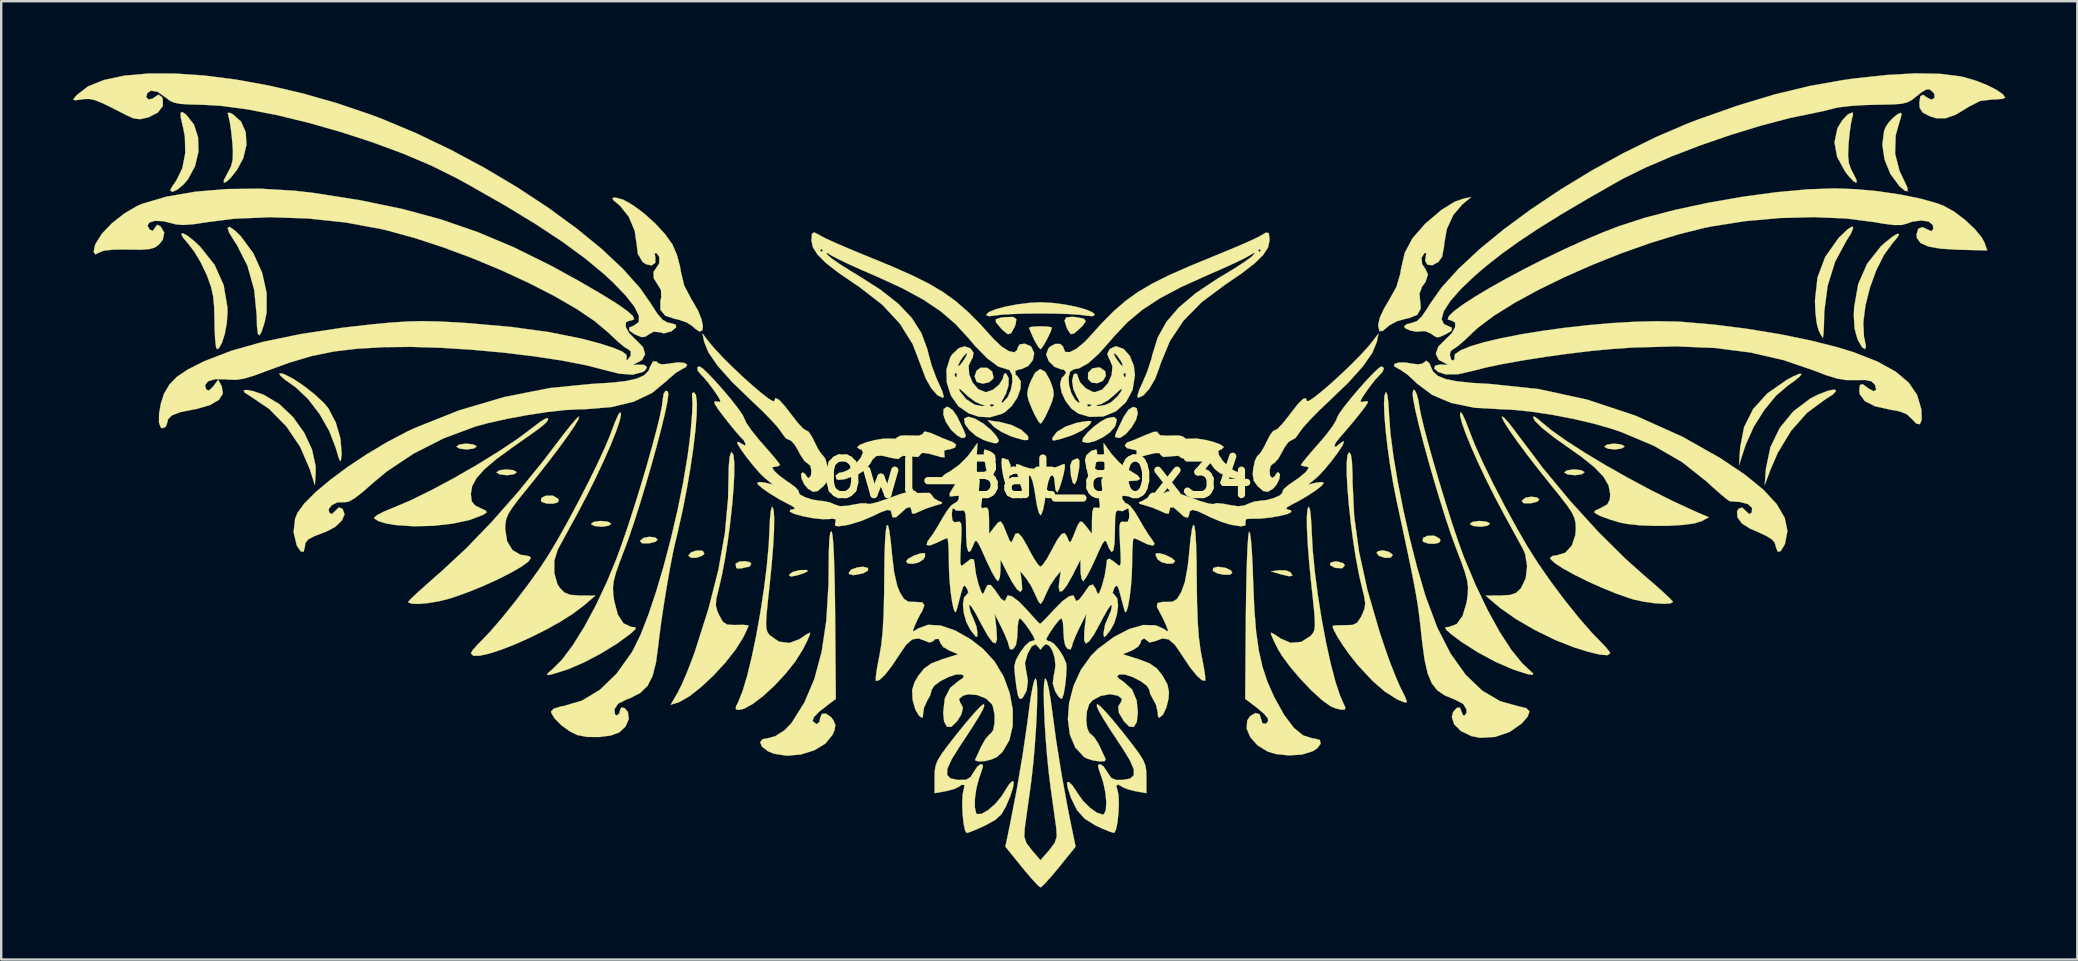
<source format=kicad_pcb>
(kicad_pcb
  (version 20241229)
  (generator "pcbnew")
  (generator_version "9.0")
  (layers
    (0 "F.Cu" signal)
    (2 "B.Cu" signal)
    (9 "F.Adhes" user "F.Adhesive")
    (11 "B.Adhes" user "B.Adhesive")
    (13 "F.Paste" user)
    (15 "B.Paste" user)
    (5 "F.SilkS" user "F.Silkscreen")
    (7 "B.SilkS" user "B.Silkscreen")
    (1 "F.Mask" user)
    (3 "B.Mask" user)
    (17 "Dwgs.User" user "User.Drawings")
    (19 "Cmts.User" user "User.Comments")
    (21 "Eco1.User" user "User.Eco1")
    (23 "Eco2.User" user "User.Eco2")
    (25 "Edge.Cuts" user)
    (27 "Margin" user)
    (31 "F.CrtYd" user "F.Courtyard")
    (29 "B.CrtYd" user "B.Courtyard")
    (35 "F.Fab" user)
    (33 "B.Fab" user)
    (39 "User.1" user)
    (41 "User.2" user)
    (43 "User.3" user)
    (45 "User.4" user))
  (footprint "Owl-Bat_80x34"
    (layer "F.Cu")
    (at 40.175 16.863)
    (property "Reference" "Owl-Bat_80x34" (at 0 0 0) (layer "F.SilkS") (effects (font (size 1.524 1.524) (thickness 0.3))))
    (attr through_hole)
    (fp_poly (pts (xy 10.352 3.85) (xy 10.53 3.924) (xy 10.617 4.063) (xy 10.492 4.095) (xy 10.156 4.018) (xy 10.136 4.013) (xy 9.719 3.887) (xy 10.061 3.842) (xy 10.352 3.85)) (stroke (width 0.01) (type solid)) (fill yes) (layer "F.SilkS"))
    (fp_poly (pts (xy 7.826 3.74) (xy 8.052 3.849) (xy 8.109 3.948) (xy 8.006 4.029) (xy 7.73 4.024) (xy 7.483 3.972) (xy 7.297 3.865) (xy 7.314 3.746) (xy 7.503 3.697) (xy 7.826 3.74)) (stroke (width 0.01) (type solid)) (fill yes) (layer "F.SilkS"))
    (fp_poly (pts (xy 12.491 3.48) (xy 12.722 3.543) (xy 12.798 3.634) (xy 12.692 3.76) (xy 12.424 3.746) (xy 12.372 3.733) (xy 12.182 3.633) (xy 12.195 3.528) (xy 12.383 3.475) (xy 12.491 3.48)) (stroke (width 0.01) (type solid)) (fill yes) (layer "F.SilkS"))
    (fp_poly (pts (xy -15.939 2.474) (xy -15.83 2.564) (xy -15.913 2.653) (xy -16.156 2.716) (xy -16.201 2.721) (xy -16.477 2.721) (xy -16.556 2.639) (xy -16.549 2.602) (xy -16.412 2.492) (xy -16.171 2.447) (xy -15.939 2.474)) (stroke (width 0.01) (type solid)) (fill yes) (layer "F.SilkS"))
    (fp_poly (pts (xy -13.999 3.024) (xy -13.94 3.048) (xy -13.884 3.155) (xy -13.969 3.233) (xy -14.205 3.321) (xy -14.431 3.325) (xy -14.547 3.243) (xy -14.548 3.228) (xy -14.449 3.103) (xy -14.227 3.024) (xy -13.999 3.024)) (stroke (width 0.01) (type solid)) (fill yes) (layer "F.SilkS"))
    (fp_poly (pts (xy -9.572 3.877) (xy -9.741 3.965) (xy -10.009 4.052) (xy -10.27 4.106) (xy -10.351 4.058) (xy -10.344 4.019) (xy -10.205 3.912) (xy -9.927 3.84) (xy -9.889 3.836) (xy -9.619 3.83) (xy -9.572 3.877)) (stroke (width 0.01) (type solid)) (fill yes) (layer "F.SilkS"))
    (fp_poly (pts (xy -7.066 3.746) (xy -7.067 3.855) (xy -7.26 3.966) (xy -7.304 3.979) (xy -7.681 4.048) (xy -7.856 3.998) (xy -7.87 3.948) (xy -7.765 3.814) (xy -7.504 3.72) (xy -7.264 3.697) (xy -7.066 3.746)) (stroke (width 0.01) (type solid)) (fill yes) (layer "F.SilkS"))
    (fp_poly (pts (xy 2.617 -4.593) (xy 2.819 -4.443) (xy 2.839 -4.253) (xy 2.716 -4.046) (xy 2.484 -3.949) (xy 2.243 -3.977) (xy 2.098 -4.129) (xy 2.102 -4.382) (xy 2.274 -4.564) (xy 2.543 -4.61) (xy 2.617 -4.593)) (stroke (width 0.01) (type solid)) (fill yes) (layer "F.SilkS"))
    (fp_poly (pts (xy 14.62 3.07) (xy 14.774 3.183) (xy 14.787 3.228) (xy 14.692 3.319) (xy 14.474 3.326) (xy 14.234 3.248) (xy 14.208 3.233) (xy 14.116 3.115) (xy 14.179 3.048) (xy 14.383 3.013) (xy 14.62 3.07)) (stroke (width 0.01) (type solid)) (fill yes) (layer "F.SilkS"))
    (fp_poly (pts (xy 20.79 0.804) (xy 20.898 0.894) (xy 20.815 0.984) (xy 20.572 1.047) (xy 20.528 1.052) (xy 20.252 1.052) (xy 20.172 0.97) (xy 20.18 0.933) (xy 20.317 0.823) (xy 20.558 0.778) (xy 20.79 0.804)) (stroke (width 0.01) (type solid)) (fill yes) (layer "F.SilkS"))
    (fp_poly (pts (xy -20.2 0.735) (xy -19.996 0.845) (xy -19.944 0.924) (xy -20.004 1.023) (xy -20.204 1.071) (xy -20.449 1.064) (xy -20.646 0.998) (xy -20.69 0.953) (xy -20.67 0.824) (xy -20.49 0.738) (xy -20.227 0.731) (xy -20.2 0.735)) (stroke (width 0.01) (type solid)) (fill yes) (layer "F.SilkS"))
    (fp_poly (pts (xy -4.69 3.141) (xy -4.694 3.278) (xy -4.768 3.396) (xy -4.953 3.516) (xy -5.199 3.574) (xy -5.408 3.558) (xy -5.485 3.473) (xy -5.386 3.358) (xy -5.156 3.234) (xy -4.898 3.143) (xy -4.712 3.128) (xy -4.69 3.141)) (stroke (width 0.01) (type solid)) (fill yes) (layer "F.SilkS"))
    (fp_poly (pts (xy -2.097 -4.59) (xy -1.895 -4.436) (xy -1.839 -4.199) (xy -1.857 -4.135) (xy -2.021 -3.988) (xy -2.284 -3.932) (xy -2.517 -3.992) (xy -2.544 -4.015) (xy -2.627 -4.238) (xy -2.543 -4.473) (xy -2.372 -4.595) (xy -2.097 -4.59)) (stroke (width 0.01) (type solid)) (fill yes) (layer "F.SilkS"))
    (fp_poly (pts (xy -1.22 -0.754) (xy -1.123 -0.518) (xy -1.165 -0.106) (xy -1.245 0.176) (xy -1.317 0.272) (xy -1.345 0.238) (xy -1.427 -0.051) (xy -1.484 -0.378) (xy -1.506 -0.662) (xy -1.484 -0.821) (xy -1.466 -0.833) (xy -1.22 -0.754)) (stroke (width 0.01) (type solid)) (fill yes) (layer "F.SilkS"))
    (fp_poly (pts (xy 5.329 3.207) (xy 5.575 3.326) (xy 5.717 3.447) (xy 5.724 3.473) (xy 5.63 3.563) (xy 5.413 3.571) (xy 5.169 3.507) (xy 5.006 3.396) (xy 4.914 3.216) (xy 4.928 3.141) (xy 5.079 3.131) (xy 5.329 3.207)) (stroke (width 0.01) (type solid)) (fill yes) (layer "F.SilkS"))
    (fp_poly (pts (xy 16.529 2.405) (xy 16.733 2.515) (xy 16.784 2.594) (xy 16.724 2.693) (xy 16.525 2.741) (xy 16.28 2.733) (xy 16.083 2.667) (xy 16.038 2.623) (xy 16.058 2.493) (xy 16.239 2.408) (xy 16.502 2.4) (xy 16.529 2.405)) (stroke (width 0.01) (type solid)) (fill yes) (layer "F.SilkS"))
    (fp_poly (pts (xy -23.514 -1.401) (xy -23.376 -1.327) (xy -23.373 -1.312) (xy -23.478 -1.233) (xy -23.735 -1.194) (xy -23.79 -1.192) (xy -24.066 -1.222) (xy -24.204 -1.296) (xy -24.208 -1.312) (xy -24.103 -1.391) (xy -23.845 -1.43) (xy -23.79 -1.431) (xy -23.514 -1.401)) (stroke (width 0.01) (type solid)) (fill yes) (layer "F.SilkS"))
    (fp_poly (pts (xy -21.845 -0.328) (xy -21.707 -0.254) (xy -21.703 -0.238) (xy -21.808 -0.16) (xy -22.066 -0.12) (xy -22.121 -0.119) (xy -22.397 -0.149) (xy -22.534 -0.223) (xy -22.538 -0.238) (xy -22.433 -0.317) (xy -22.175 -0.357) (xy -22.121 -0.358) (xy -21.845 -0.328)) (stroke (width 0.01) (type solid)) (fill yes) (layer "F.SilkS"))
    (fp_poly (pts (xy -17.91 1.819) (xy -17.772 1.892) (xy -17.768 1.908) (xy -17.873 1.987) (xy -18.131 2.026) (xy -18.185 2.027) (xy -18.461 1.997) (xy -18.599 1.924) (xy -18.603 1.908) (xy -18.498 1.829) (xy -18.24 1.79) (xy -18.185 1.789) (xy -17.91 1.819)) (stroke (width 0.01) (type solid)) (fill yes) (layer "F.SilkS"))
    (fp_poly (pts (xy -11.989 3.504) (xy -11.925 3.577) (xy -12.008 3.693) (xy -12.034 3.697) (xy -12.238 3.736) (xy -12.309 3.76) (xy -12.504 3.771) (xy -12.554 3.743) (xy -12.582 3.585) (xy -12.57 3.561) (xy -12.422 3.48) (xy -12.19 3.462) (xy -11.989 3.504)) (stroke (width 0.01) (type solid)) (fill yes) (layer "F.SilkS"))
    (fp_poly (pts (xy -0.885 -6.62) (xy -0.919 -6.395) (xy -0.972 -6.269) (xy -1.106 -6.031) (xy -1.24 -5.99) (xy -1.437 -6.143) (xy -1.529 -6.238) (xy -1.734 -6.481) (xy -1.746 -6.61) (xy -1.548 -6.677) (xy -1.364 -6.701) (xy -1.024 -6.712) (xy -0.885 -6.62)) (stroke (width 0.01) (type solid)) (fill yes) (layer "F.SilkS"))
    (fp_poly (pts (xy 1.603 -6.701) (xy 1.916 -6.642) (xy 2.006 -6.537) (xy 1.883 -6.352) (xy 1.751 -6.222) (xy 1.517 -6.02) (xy 1.379 -5.994) (xy 1.266 -6.151) (xy 1.21 -6.269) (xy 1.117 -6.552) (xy 1.188 -6.691) (xy 1.449 -6.716) (xy 1.603 -6.701)) (stroke (width 0.01) (type solid)) (fill yes) (layer "F.SilkS"))
    (fp_poly (pts (xy 1.739 -0.745) (xy 1.735 -0.476) (xy 1.715 -0.328) (xy 1.634 0.078) (xy 1.549 0.256) (xy 1.466 0.202) (xy 1.391 -0.088) (xy 1.383 -0.132) (xy 1.355 -0.511) (xy 1.428 -0.711) (xy 1.456 -0.734) (xy 1.652 -0.822) (xy 1.739 -0.745)) (stroke (width 0.01) (type solid)) (fill yes) (layer "F.SilkS"))
    (fp_poly (pts (xy 18.7 1.819) (xy 18.838 1.892) (xy 18.841 1.908) (xy 18.736 1.987) (xy 18.479 2.026) (xy 18.424 2.027) (xy 18.148 1.997) (xy 18.01 1.924) (xy 18.007 1.908) (xy 18.111 1.829) (xy 18.369 1.79) (xy 18.424 1.789) (xy 18.7 1.819)) (stroke (width 0.01) (type solid)) (fill yes) (layer "F.SilkS"))
    (fp_poly (pts (xy 22.635 -0.328) (xy 22.773 -0.254) (xy 22.777 -0.238) (xy 22.672 -0.16) (xy 22.414 -0.12) (xy 22.359 -0.119) (xy 22.083 -0.149) (xy 21.945 -0.223) (xy 21.942 -0.238) (xy 22.047 -0.317) (xy 22.304 -0.357) (xy 22.359 -0.358) (xy 22.635 -0.328)) (stroke (width 0.01) (type solid)) (fill yes) (layer "F.SilkS"))
    (fp_poly (pts (xy 24.305 -1.401) (xy 24.442 -1.327) (xy 24.446 -1.312) (xy 24.341 -1.233) (xy 24.083 -1.194) (xy 24.029 -1.192) (xy 23.753 -1.222) (xy 23.615 -1.296) (xy 23.611 -1.312) (xy 23.716 -1.391) (xy 23.974 -1.43) (xy 24.029 -1.431) (xy 24.305 -1.401)) (stroke (width 0.01) (type solid)) (fill yes) (layer "F.SilkS"))
    (fp_poly (pts (xy -1.55 -2.328) (xy -1.081 -2.206) (xy -0.684 -2.01) (xy -0.429 -1.779) (xy -0.385 -1.692) (xy -0.403 -1.586) (xy -0.576 -1.581) (xy -0.928 -1.678) (xy -1.133 -1.748) (xy -1.499 -1.918) (xy -1.802 -2.12) (xy -1.848 -2.163) (xy -2.087 -2.408) (xy -1.55 -2.328)) (stroke (width 0.01) (type solid)) (fill yes) (layer "F.SilkS"))
    (fp_poly (pts (xy 2.477 -1.091) (xy 2.461 -0.839) (xy 2.41 -0.518) (xy 2.339 -0.21) (xy 2.262 -0.002) (xy 2.182 0.068) (xy 2.115 -0.073) (xy 2.089 -0.181) (xy 2.019 -0.511) (xy 1.971 -0.747) (xy 2.033 -0.953) (xy 2.234 -1.13) (xy 2.447 -1.192) (xy 2.477 -1.091)) (stroke (width 0.01) (type solid)) (fill yes) (layer "F.SilkS"))
    (fp_poly (pts (xy -2.051 -1.142) (xy -1.915 -1.077) (xy -1.782 -0.96) (xy -1.75 -0.758) (xy -1.789 -0.476) (xy -1.878 -0.084) (xy -1.961 0.074) (xy -2.041 0.002) (xy -2.07 -0.08) (xy -2.158 -0.439) (xy -2.218 -0.792) (xy -2.241 -1.067) (xy -2.217 -1.191) (xy -2.212 -1.192) (xy -2.051 -1.142)) (stroke (width 0.01) (type solid)) (fill yes) (layer "F.SilkS"))
    (fp_poly (pts (xy 3.301 -2.438) (xy 3.239 -2.184) (xy 3.221 -2.149) (xy 3.02 -1.911) (xy 2.719 -1.697) (xy 2.384 -1.537) (xy 2.084 -1.463) (xy 1.884 -1.503) (xy 1.86 -1.531) (xy 1.898 -1.673) (xy 2.078 -1.894) (xy 2.343 -2.14) (xy 2.637 -2.359) (xy 2.888 -2.492) (xy 3.179 -2.546) (xy 3.301 -2.438)) (stroke (width 0.01) (type solid)) (fill yes) (layer "F.SilkS"))
    (fp_poly (pts (xy 4.121 -2.911) (xy 4.174 -2.701) (xy 4.099 -2.424) (xy 3.914 -2.11) (xy 3.679 -1.837) (xy 3.452 -1.681) (xy 3.388 -1.669) (xy 3.236 -1.705) (xy 3.22 -1.731) (xy 3.265 -1.877) (xy 3.32 -1.999) (xy 3.443 -2.254) (xy 3.592 -2.563) (xy 3.782 -2.843) (xy 3.974 -2.963) (xy 4.121 -2.911)) (stroke (width 0.01) (type solid)) (fill yes) (layer "F.SilkS"))
    (fp_poly (pts (xy -3.731 -2.959) (xy -3.54 -2.832) (xy -3.36 -2.577) (xy -3.354 -2.563) (xy -3.201 -2.247) (xy -3.081 -1.999) (xy -2.991 -1.769) (xy -3.039 -1.681) (xy -3.149 -1.669) (xy -3.328 -1.754) (xy -3.564 -1.966) (xy -3.626 -2.036) (xy -3.83 -2.349) (xy -3.929 -2.646) (xy -3.917 -2.87) (xy -3.787 -2.964) (xy -3.731 -2.959)) (stroke (width 0.01) (type solid)) (fill yes) (layer "F.SilkS"))
    (fp_poly (pts (xy -2.604 -2.471) (xy -2.258 -2.265) (xy -1.942 -2.001) (xy -1.725 -1.759) (xy -1.62 -1.576) (xy -1.622 -1.531) (xy -1.694 -1.456) (xy -1.821 -1.452) (xy -2.072 -1.524) (xy -2.255 -1.587) (xy -2.569 -1.755) (xy -2.845 -1.996) (xy -3.027 -2.251) (xy -3.064 -2.46) (xy -3.051 -2.488) (xy -2.886 -2.552) (xy -2.604 -2.471)) (stroke (width 0.01) (type solid)) (fill yes) (layer "F.SilkS"))
    (fp_poly (pts (xy 2.238 -2.366) (xy 2.203 -2.281) (xy 2.108 -2.172) (xy 1.867 -1.992) (xy 1.502 -1.811) (xy 1.311 -1.74) (xy 0.912 -1.614) (xy 0.693 -1.563) (xy 0.61 -1.584) (xy 0.618 -1.675) (xy 0.624 -1.692) (xy 0.808 -1.927) (xy 1.161 -2.141) (xy 1.613 -2.296) (xy 1.789 -2.331) (xy 2.112 -2.377) (xy 2.238 -2.366)) (stroke (width 0.01) (type solid)) (fill yes) (layer "F.SilkS"))
    (fp_poly (pts (xy 0.418 -6.308) (xy 0.584 -6.277) (xy 0.596 -6.265) (xy 0.546 -6.104) (xy 0.426 -5.849) (xy 0.283 -5.586) (xy 0.162 -5.402) (xy 0.119 -5.366) (xy 0.025 -5.463) (xy -0.115 -5.704) (xy -0.157 -5.788) (xy -0.285 -6.07) (xy -0.354 -6.246) (xy -0.358 -6.265) (xy -0.252 -6.299) (xy 0.013 -6.319) (xy 0.119 -6.32) (xy 0.418 -6.308)) (stroke (width 0.01) (type solid)) (fill yes) (layer "F.SilkS"))
    (fp_poly (pts (xy 31.823 -4.337) (xy 31.746 -4.228) (xy 31.509 -4.033) (xy 31.269 -3.867) (xy 30.762 -3.434) (xy 30.267 -2.833) (xy 29.831 -2.134) (xy 29.502 -1.405) (xy 29.459 -1.279) (xy 29.218 -0.537) (xy 29.265 -1.273) (xy 29.427 -2.12) (xy 29.802 -2.868) (xy 30.393 -3.523) (xy 31.203 -4.087) (xy 31.452 -4.221) (xy 31.728 -4.341) (xy 31.823 -4.337)) (stroke (width 0.01) (type solid)) (fill yes) (layer "F.SilkS"))
    (fp_poly (pts (xy 33.262 -3.631) (xy 33.131 -3.484) (xy 32.784 -3.258) (xy 32.777 -3.254) (xy 32.043 -2.712) (xy 31.388 -1.969) (xy 30.834 -1.057) (xy 30.522 -0.337) (xy 30.286 0.298) (xy 30.34 -0.401) (xy 30.523 -1.279) (xy 30.912 -2.085) (xy 31.479 -2.778) (xy 32.193 -3.316) (xy 32.516 -3.479) (xy 32.94 -3.641) (xy 33.194 -3.687) (xy 33.262 -3.631)) (stroke (width 0.01) (type solid)) (fill yes) (layer "F.SilkS"))
    (fp_poly (pts (xy -32.699 -3.625) (xy -32.343 -3.507) (xy -32.21 -3.452) (xy -31.58 -3.074) (xy -31.017 -2.536) (xy -30.555 -1.892) (xy -30.23 -1.196) (xy -30.077 -0.502) (xy -30.075 -0.189) (xy -30.11 0.298) (xy -30.316 -0.358) (xy -30.718 -1.294) (xy -31.296 -2.15) (xy -32.008 -2.874) (xy -32.793 -3.406) (xy -33.034 -3.559) (xy -33.077 -3.648) (xy -32.955 -3.671) (xy -32.699 -3.625)) (stroke (width 0.01) (type solid)) (fill yes) (layer "F.SilkS"))
    (fp_poly (pts (xy -33.43 -10.304) (xy -33.184 -10.06) (xy -32.667 -9.354) (xy -32.306 -8.552) (xy -32.118 -7.712) (xy -32.119 -6.891) (xy -32.199 -6.494) (xy -32.324 -6.103) (xy -32.418 -5.942) (xy -32.482 -6.013) (xy -32.52 -6.318) (xy -32.532 -6.769) (xy -32.635 -7.837) (xy -32.915 -8.837) (xy -33.357 -9.711) (xy -33.447 -9.843) (xy -33.679 -10.217) (xy -33.744 -10.427) (xy -33.656 -10.46) (xy -33.43 -10.304)) (stroke (width 0.01) (type solid)) (fill yes) (layer "F.SilkS"))
    (fp_poly (pts (xy 35.992 -15.149) (xy 35.979 -15.107) (xy 35.743 -14.271) (xy 35.719 -13.511) (xy 35.906 -12.786) (xy 36.076 -12.432) (xy 36.23 -12.101) (xy 36.241 -11.944) (xy 36.117 -11.971) (xy 35.899 -12.158) (xy 35.524 -12.664) (xy 35.281 -13.263) (xy 35.187 -13.882) (xy 35.259 -14.45) (xy 35.316 -14.601) (xy 35.449 -14.808) (xy 35.634 -15.005) (xy 35.819 -15.153) (xy 35.955 -15.214) (xy 35.992 -15.149)) (stroke (width 0.01) (type solid)) (fill yes) (layer "F.SilkS"))
    (fp_poly (pts (xy 0.318 -4.422) (xy 0.506 -4.087) (xy 0.537 -4.011) (xy 0.645 -3.699) (xy 0.671 -3.467) (xy 0.61 -3.213) (xy 0.472 -2.878) (xy 0.314 -2.543) (xy 0.18 -2.321) (xy 0.119 -2.266) (xy 0.027 -2.366) (xy -0.117 -2.625) (xy -0.234 -2.878) (xy -0.381 -3.24) (xy -0.434 -3.488) (xy -0.4 -3.723) (xy -0.298 -4.011) (xy -0.11 -4.383) (xy 0.086 -4.529) (xy 0.119 -4.531) (xy 0.318 -4.422)) (stroke (width 0.01) (type solid)) (fill yes) (layer "F.SilkS"))
    (fp_poly (pts (xy -35.472 -15.14) (xy -35.143 -14.723) (xy -34.973 -14.187) (xy -34.959 -13.59) (xy -35.1 -12.99) (xy -35.394 -12.445) (xy -35.584 -12.224) (xy -35.838 -12.013) (xy -36.039 -11.921) (xy -36.131 -11.972) (xy -36.132 -11.989) (xy -36.068 -12.119) (xy -35.911 -12.353) (xy -35.877 -12.399) (xy -35.628 -12.909) (xy -35.507 -13.546) (xy -35.525 -14.231) (xy -35.593 -14.579) (xy -35.69 -14.994) (xy -35.704 -15.209) (xy -35.631 -15.247) (xy -35.472 -15.14)) (stroke (width 0.01) (type solid)) (fill yes) (layer "F.SilkS"))
    (fp_poly (pts (xy -33.528 -15.155) (xy -33.179 -14.844) (xy -32.988 -14.401) (xy -32.958 -13.875) (xy -33.093 -13.317) (xy -33.351 -12.839) (xy -33.597 -12.526) (xy -33.789 -12.343) (xy -33.899 -12.3) (xy -33.9 -12.406) (xy -33.764 -12.673) (xy -33.754 -12.689) (xy -33.605 -12.971) (xy -33.533 -13.25) (xy -33.524 -13.617) (xy -33.543 -13.928) (xy -33.587 -14.385) (xy -33.643 -14.783) (xy -33.693 -15.009) (xy -33.738 -15.205) (xy -33.654 -15.217) (xy -33.528 -15.155)) (stroke (width 0.01) (type solid)) (fill yes) (layer "F.SilkS"))
    (fp_poly (pts (xy 33.969 -15.141) (xy 33.931 -15.009) (xy 33.876 -14.745) (xy 33.82 -14.337) (xy 33.781 -13.925) (xy 33.76 -13.445) (xy 33.794 -13.111) (xy 33.897 -12.832) (xy 33.969 -12.703) (xy 34.112 -12.415) (xy 34.115 -12.298) (xy 34.004 -12.346) (xy 33.801 -12.555) (xy 33.639 -12.764) (xy 33.303 -13.381) (xy 33.194 -13.983) (xy 33.313 -14.553) (xy 33.336 -14.605) (xy 33.529 -14.917) (xy 33.743 -15.139) (xy 33.78 -15.162) (xy 33.949 -15.232) (xy 33.969 -15.141)) (stroke (width 0.01) (type solid)) (fill yes) (layer "F.SilkS"))
    (fp_poly (pts (xy -31.425 -4.34) (xy -31.392 -4.328) (xy -31.011 -4.135) (xy -30.552 -3.827) (xy -30.094 -3.464) (xy -29.716 -3.109) (xy -29.546 -2.904) (xy -29.24 -2.318) (xy -29.045 -1.654) (xy -28.993 -1.024) (xy -28.998 -0.944) (xy -29.024 -0.744) (xy -29.059 -0.705) (xy -29.12 -0.851) (xy -29.224 -1.202) (xy -29.243 -1.27) (xy -29.515 -1.971) (xy -29.917 -2.672) (xy -30.399 -3.3) (xy -30.911 -3.782) (xy -31.03 -3.867) (xy -31.371 -4.108) (xy -31.56 -4.281) (xy -31.583 -4.365) (xy -31.425 -4.34)) (stroke (width 0.01) (type solid)) (fill yes) (layer "F.SilkS"))
    (fp_poly (pts (xy 33.977 -10.414) (xy 33.875 -10.176) (xy 33.691 -9.886) (xy 33.221 -9.012) (xy 32.908 -8.007) (xy 32.769 -6.935) (xy 32.764 -6.767) (xy 32.754 -6.332) (xy 32.736 -6.007) (xy 32.715 -5.85) (xy 32.71 -5.843) (xy 32.639 -5.939) (xy 32.526 -6.17) (xy 32.525 -6.171) (xy 32.454 -6.453) (xy 32.402 -6.882) (xy 32.381 -7.369) (xy 32.381 -7.393) (xy 32.486 -8.352) (xy 32.807 -9.209) (xy 33.346 -9.974) (xy 33.413 -10.047) (xy 33.735 -10.356) (xy 33.927 -10.477) (xy 33.977 -10.414)) (stroke (width 0.01) (type solid)) (fill yes) (layer "F.SilkS"))
    (fp_poly (pts (xy 35.887 -10.165) (xy 35.814 -10.022) (xy 35.63 -9.807) (xy 35.262 -9.304) (xy 34.935 -8.656) (xy 34.67 -7.928) (xy 34.483 -7.182) (xy 34.395 -6.483) (xy 34.422 -5.894) (xy 34.454 -5.754) (xy 34.505 -5.464) (xy 34.456 -5.368) (xy 34.337 -5.459) (xy 34.18 -5.731) (xy 34.145 -5.813) (xy 34.03 -6.23) (xy 33.999 -6.767) (xy 34.013 -7.115) (xy 34.182 -8.079) (xy 34.554 -8.926) (xy 35.122 -9.644) (xy 35.263 -9.776) (xy 35.59 -10.04) (xy 35.805 -10.171) (xy 35.887 -10.165)) (stroke (width 0.01) (type solid)) (fill yes) (layer "F.SilkS"))
    (fp_poly (pts (xy 0.614 -7.295) (xy 1.134 -7.227) (xy 1.625 -7.129) (xy 2.033 -7.014) (xy 2.303 -6.894) (xy 2.385 -6.797) (xy 2.283 -6.741) (xy 2.022 -6.765) (xy 1.997 -6.77) (xy 1.728 -6.804) (xy 1.283 -6.832) (xy 0.723 -6.85) (xy 0.119 -6.857) (xy -0.492 -6.85) (xy -1.05 -6.831) (xy -1.494 -6.804) (xy -1.759 -6.77) (xy -2.03 -6.74) (xy -2.146 -6.79) (xy -2.146 -6.797) (xy -2.037 -6.911) (xy -1.743 -7.031) (xy -1.32 -7.144) (xy -0.822 -7.239) (xy -0.302 -7.301) (xy 0.119 -7.32) (xy 0.614 -7.295)) (stroke (width 0.01) (type solid)) (fill yes) (layer "F.SilkS"))
    (fp_poly (pts (xy -35.418 -10.095) (xy -35.141 -9.877) (xy -34.89 -9.641) (xy -34.287 -8.881) (xy -33.909 -8.04) (xy -33.752 -7.114) (xy -33.747 -6.908) (xy -33.779 -6.45) (xy -33.86 -6.007) (xy -33.975 -5.64) (xy -34.105 -5.412) (xy -34.189 -5.367) (xy -34.23 -5.478) (xy -34.263 -5.776) (xy -34.285 -6.21) (xy -34.29 -6.529) (xy -34.304 -7.129) (xy -34.347 -7.58) (xy -34.436 -7.97) (xy -34.586 -8.388) (xy -34.634 -8.505) (xy -34.862 -8.98) (xy -35.128 -9.426) (xy -35.359 -9.729) (xy -35.601 -10.016) (xy -35.674 -10.169) (xy -35.605 -10.194) (xy -35.418 -10.095)) (stroke (width 0.01) (type solid)) (fill yes) (layer "F.SilkS"))
    (fp_poly (pts (xy 20.888 -2.421) (xy 20.958 -2.357) (xy 21.404 -1.988) (xy 22.03 -1.545) (xy 22.796 -1.052) (xy 23.664 -0.531) (xy 24.596 -0.004) (xy 25.551 0.506) (xy 26.491 0.976) (xy 27.378 1.385) (xy 27.543 1.456) (xy 27.958 1.633) (xy 27.663 1.795) (xy 27.36 1.889) (xy 26.885 1.954) (xy 26.299 1.989) (xy 25.668 1.994) (xy 25.054 1.967) (xy 24.521 1.908) (xy 24.231 1.848) (xy 23.824 1.723) (xy 23.479 1.597) (xy 23.347 1.537) (xy 23.193 1.44) (xy 23.214 1.365) (xy 23.431 1.261) (xy 23.473 1.243) (xy 23.735 1.094) (xy 23.837 0.883) (xy 23.85 0.666) (xy 23.784 0.311) (xy 23.573 -0.052) (xy 23.196 -0.447) (xy 22.633 -0.898) (xy 22.212 -1.195) (xy 21.525 -1.681) (xy 21.028 -2.073) (xy 20.727 -2.366) (xy 20.63 -2.549) (xy 20.704 -2.554) (xy 20.888 -2.421)) (stroke (width 0.01) (type solid)) (fill yes) (layer "F.SilkS"))
    (fp_poly (pts (xy -20.392 -2.489) (xy -20.405 -2.412) (xy -20.464 -2.323) (xy -20.598 -2.198) (xy -20.836 -2.015) (xy -21.207 -1.748) (xy -21.741 -1.374) (xy -21.85 -1.298) (xy -22.543 -0.792) (xy -23.044 -0.367) (xy -23.374 0.002) (xy -23.556 0.339) (xy -23.611 0.666) (xy -23.576 0.972) (xy -23.425 1.149) (xy -23.234 1.243) (xy -22.992 1.355) (xy -22.949 1.431) (xy -23.082 1.522) (xy -23.105 1.535) (xy -23.656 1.746) (xy -24.368 1.901) (xy -25.172 1.991) (xy -25.997 2.011) (xy -26.771 1.956) (xy -27.166 1.887) (xy -27.466 1.793) (xy -27.628 1.688) (xy -27.638 1.647) (xy -27.513 1.543) (xy -27.226 1.395) (xy -26.886 1.254) (xy -26.138 0.938) (xy -25.261 0.508) (xy -24.313 0.001) (xy -23.353 -0.551) (xy -22.441 -1.114) (xy -21.635 -1.653) (xy -21.018 -2.116) (xy -20.708 -2.351) (xy -20.484 -2.485) (xy -20.392 -2.493) (xy -20.392 -2.489)) (stroke (width 0.01) (type solid)) (fill yes) (layer "F.SilkS"))
    (fp_poly (pts (xy -8.584 2.22) (xy -8.545 2.377) (xy -8.512 2.756) (xy -8.483 3.342) (xy -8.459 4.118) (xy -8.442 5.069) (xy -8.435 5.771) (xy -8.407 9.201) (xy -8.705 9.424) (xy -9.103 9.738) (xy -9.317 9.956) (xy -9.373 10.102) (xy -9.358 10.14) (xy -9.21 10.254) (xy -9.091 10.164) (xy -9.063 10.008) (xy -8.992 9.826) (xy -8.821 9.812) (xy -8.61 9.957) (xy -8.516 10.077) (xy -8.425 10.281) (xy -8.46 10.506) (xy -8.545 10.698) (xy -8.844 11.064) (xy -9.304 11.342) (xy -9.86 11.516) (xy -10.445 11.568) (xy -10.993 11.483) (xy -11.239 11.38) (xy -11.487 11.186) (xy -11.559 11) (xy -11.45 10.876) (xy -11.296 10.852) (xy -10.934 10.757) (xy -10.546 10.509) (xy -10.255 10.209) (xy -9.718 9.354) (xy -9.3 8.368) (xy -8.996 7.23) (xy -8.802 5.922) (xy -8.712 4.423) (xy -8.705 3.793) (xy -8.698 3.056) (xy -8.676 2.551) (xy -8.639 2.274) (xy -8.586 2.218) (xy -8.584 2.22)) (stroke (width 0.01) (type solid)) (fill yes) (layer "F.SilkS"))
    (fp_poly (pts (xy 17.692 -11.401) (xy 17.312 -10.954) (xy 17.046 -10.371) (xy 16.934 -9.741) (xy 16.933 -9.675) (xy 16.852 -9.223) (xy 16.699 -9.007) (xy 16.444 -8.864) (xy 16.237 -8.886) (xy 16.142 -9.05) (xy 16.163 -9.197) (xy 16.188 -9.374) (xy 16.111 -9.369) (xy 15.992 -9.176) (xy 16.015 -8.912) (xy 16.151 -8.711) (xy 16.26 -8.483) (xy 16.161 -8.174) (xy 16.015 -7.974) (xy 15.905 -7.678) (xy 15.925 -7.476) (xy 15.962 -7.065) (xy 15.817 -6.802) (xy 15.473 -6.661) (xy 15.368 -6.643) (xy 14.985 -6.539) (xy 14.662 -6.367) (xy 14.618 -6.33) (xy 14.371 -6.128) (xy 14.24 -6.118) (xy 14.193 -6.308) (xy 14.191 -6.411) (xy 14.256 -6.683) (xy 14.427 -7.055) (xy 14.623 -7.383) (xy 14.943 -7.953) (xy 15.109 -8.519) (xy 15.135 -8.699) (xy 15.292 -9.379) (xy 15.611 -9.983) (xy 16.126 -10.573) (xy 16.181 -10.624) (xy 16.821 -11.169) (xy 17.372 -11.509) (xy 17.716 -11.63) (xy 18.066 -11.708) (xy 17.692 -11.401)) (stroke (width 0.01) (type solid)) (fill yes) (layer "F.SilkS"))
    (fp_poly (pts (xy -12.671 -0.962) (xy -12.637 -0.652) (xy -12.637 -0.179) (xy -12.667 0.42) (xy -12.725 1.108) (xy -12.805 1.85) (xy -12.905 2.61) (xy -13.021 3.35) (xy -13.15 4.035) (xy -13.288 4.628) (xy -13.293 4.649) (xy -13.388 5.043) (xy -13.405 5.309) (xy -13.344 5.544) (xy -13.263 5.722) (xy -13.111 5.987) (xy -12.94 6.103) (xy -12.654 6.123) (xy -12.551 6.119) (xy -12.242 6.117) (xy -12.062 6.139) (xy -12.044 6.153) (xy -12.094 6.285) (xy -12.219 6.546) (xy -12.273 6.653) (xy -12.585 7.152) (xy -13.009 7.689) (xy -13.499 8.221) (xy -14.01 8.7) (xy -14.495 9.083) (xy -14.91 9.324) (xy -15.008 9.36) (xy -15.288 9.444) (xy -14.987 8.926) (xy -14.817 8.586) (xy -14.608 8.098) (xy -14.391 7.539) (xy -14.274 7.215) (xy -13.71 5.441) (xy -13.297 3.813) (xy -13.028 2.295) (xy -12.896 0.853) (xy -12.88 0.149) (xy -12.868 -0.473) (xy -12.833 -0.871) (xy -12.774 -1.056) (xy -12.741 -1.073) (xy -12.671 -0.962)) (stroke (width 0.01) (type solid)) (fill yes) (layer "F.SilkS"))
    (fp_poly (pts (xy -11.002 1.307) (xy -10.976 1.632) (xy -10.981 2.145) (xy -11.017 2.822) (xy -11.083 3.64) (xy -11.17 4.5) (xy -11.245 5.195) (xy -11.292 5.693) (xy -11.31 6.033) (xy -11.301 6.256) (xy -11.263 6.4) (xy -11.196 6.506) (xy -11.158 6.55) (xy -10.778 6.814) (xy -10.343 6.871) (xy -9.921 6.713) (xy -9.889 6.69) (xy -9.644 6.523) (xy -9.489 6.441) (xy -9.478 6.439) (xy -9.493 6.535) (xy -9.601 6.785) (xy -9.779 7.137) (xy -9.786 7.151) (xy -10.094 7.639) (xy -10.496 8.147) (xy -10.952 8.636) (xy -11.42 9.069) (xy -11.862 9.407) (xy -12.237 9.613) (xy -12.435 9.658) (xy -12.569 9.638) (xy -12.572 9.532) (xy -12.471 9.32) (xy -12.29 8.872) (xy -12.099 8.232) (xy -11.907 7.442) (xy -11.721 6.547) (xy -11.55 5.591) (xy -11.401 4.619) (xy -11.283 3.676) (xy -11.203 2.804) (xy -11.173 2.177) (xy -11.152 1.727) (xy -11.118 1.385) (xy -11.075 1.207) (xy -11.06 1.194) (xy -11.002 1.307)) (stroke (width 0.01) (type solid)) (fill yes) (layer "F.SilkS"))
    (fp_poly (pts (xy 19.436 -2.509) (xy 19.629 -2.294) (xy 19.885 -1.964) (xy 19.987 -1.824) (xy 21.046 -0.417) (xy 22.178 0.95) (xy 23.341 2.228) (xy 24.49 3.368) (xy 25.26 4.054) (xy 25.706 4.437) (xy 26.077 4.768) (xy 26.34 5.016) (xy 26.461 5.148) (xy 26.465 5.158) (xy 26.367 5.222) (xy 26.095 5.24) (xy 25.711 5.217) (xy 25.274 5.157) (xy 24.845 5.064) (xy 24.685 5.018) (xy 24.114 4.818) (xy 23.508 4.572) (xy 22.906 4.301) (xy 22.35 4.024) (xy 21.88 3.764) (xy 21.536 3.539) (xy 21.36 3.372) (xy 21.346 3.329) (xy 21.447 3.245) (xy 21.623 3.22) (xy 21.981 3.111) (xy 22.251 2.815) (xy 22.399 2.373) (xy 22.419 2.116) (xy 22.409 1.876) (xy 22.361 1.664) (xy 22.253 1.435) (xy 22.058 1.144) (xy 21.753 0.749) (xy 21.435 0.356) (xy 20.875 -0.343) (xy 20.377 -0.988) (xy 19.957 -1.554) (xy 19.632 -2.018) (xy 19.42 -2.355) (xy 19.337 -2.542) (xy 19.342 -2.568) (xy 19.436 -2.509)) (stroke (width 0.01) (type solid)) (fill yes) (layer "F.SilkS"))
    (fp_poly (pts (xy -19.098 -2.562) (xy -19.133 -2.437) (xy -19.302 -2.153) (xy -19.587 -1.737) (xy -19.969 -1.214) (xy -20.43 -0.609) (xy -20.951 0.052) (xy -21.196 0.356) (xy -21.601 0.857) (xy -21.876 1.221) (xy -22.047 1.491) (xy -22.138 1.712) (xy -22.174 1.927) (xy -22.18 2.133) (xy -22.1 2.632) (xy -21.878 3.001) (xy -21.545 3.197) (xy -21.368 3.22) (xy -21.162 3.262) (xy -21.107 3.329) (xy -21.213 3.48) (xy -21.504 3.692) (xy -21.941 3.945) (xy -22.485 4.22) (xy -23.097 4.498) (xy -23.737 4.758) (xy -24.366 4.981) (xy -24.506 5.025) (xy -24.938 5.134) (xy -25.381 5.209) (xy -25.778 5.244) (xy -26.074 5.236) (xy -26.214 5.181) (xy -26.215 5.148) (xy -26.115 5.039) (xy -25.867 4.804) (xy -25.502 4.474) (xy -25.054 4.077) (xy -24.811 3.865) (xy -23.812 2.937) (xy -22.752 1.839) (xy -21.672 0.616) (xy -20.614 -0.685) (xy -20.069 -1.401) (xy -19.723 -1.855) (xy -19.429 -2.222) (xy -19.213 -2.47) (xy -19.104 -2.564) (xy -19.098 -2.562)) (stroke (width 0.01) (type solid)) (fill yes) (layer "F.SilkS"))
    (fp_poly (pts (xy 1.134 -0.438) (xy 1.082 -0.168) (xy 0.997 0.15) (xy 0.904 0.43) (xy 0.825 0.586) (xy 0.808 0.596) (xy 0.743 0.493) (xy 0.715 0.243) (xy 0.715 0.238) (xy 0.685 -0.013) (xy 0.61 -0.119) (xy 0.609 -0.119) (xy 0.522 -0.058) (xy 0.443 0.15) (xy 0.363 0.536) (xy 0.293 0.984) (xy 0.228 1.313) (xy 0.155 1.518) (xy 0.119 1.55) (xy 0.05 1.444) (xy -0.022 1.173) (xy -0.055 0.984) (xy -0.143 0.435) (xy -0.222 0.091) (xy -0.302 -0.082) (xy -0.371 -0.119) (xy -0.445 -0.016) (xy -0.477 0.234) (xy -0.477 0.238) (xy -0.504 0.49) (xy -0.568 0.596) (xy -0.569 0.596) (xy -0.639 0.493) (xy -0.731 0.242) (xy -0.82 -0.074) (xy -0.885 -0.367) (xy -0.9 -0.554) (xy -0.891 -0.576) (xy -0.773 -0.558) (xy -0.614 -0.487) (xy -0.34 -0.403) (xy 0.033 -0.36) (xy 0.119 -0.358) (xy 0.496 -0.389) (xy 0.805 -0.465) (xy 0.853 -0.487) (xy 1.054 -0.572) (xy 1.13 -0.576) (xy 1.134 -0.438)) (stroke (width 0.01) (type solid)) (fill yes) (layer "F.SilkS"))
    (fp_poly (pts (xy 11.342 1.304) (xy 11.381 1.599) (xy 11.408 2.022) (xy 11.415 2.213) (xy 11.46 3.027) (xy 11.55 3.941) (xy 11.678 4.912) (xy 11.835 5.895) (xy 12.013 6.845) (xy 12.205 7.718) (xy 12.401 8.47) (xy 12.594 9.057) (xy 12.709 9.32) (xy 12.817 9.552) (xy 12.798 9.643) (xy 12.673 9.655) (xy 12.406 9.595) (xy 12.19 9.5) (xy 11.839 9.247) (xy 11.409 8.853) (xy 10.953 8.376) (xy 10.525 7.873) (xy 10.177 7.403) (xy 10.024 7.151) (xy 9.845 6.796) (xy 9.734 6.541) (xy 9.715 6.44) (xy 9.717 6.439) (xy 9.851 6.504) (xy 10.088 6.661) (xy 10.127 6.69) (xy 10.546 6.866) (xy 10.982 6.826) (xy 11.369 6.579) (xy 11.396 6.55) (xy 11.476 6.448) (xy 11.526 6.326) (xy 11.548 6.142) (xy 11.542 5.858) (xy 11.507 5.433) (xy 11.444 4.828) (xy 11.408 4.5) (xy 11.316 3.574) (xy 11.252 2.767) (xy 11.218 2.101) (xy 11.215 1.601) (xy 11.244 1.291) (xy 11.299 1.194) (xy 11.342 1.304)) (stroke (width 0.01) (type solid)) (fill yes) (layer "F.SilkS"))
    (fp_poly (pts (xy 8.847 2.311) (xy 8.887 2.598) (xy 8.924 3.072) (xy 8.957 3.705) (xy 8.978 4.314) (xy 9.026 5.448) (xy 9.101 6.388) (xy 9.211 7.178) (xy 9.365 7.861) (xy 9.57 8.481) (xy 9.834 9.082) (xy 9.854 9.123) (xy 10.272 9.875) (xy 10.671 10.405) (xy 11.065 10.725) (xy 11.466 10.849) (xy 11.534 10.852) (xy 11.755 10.913) (xy 11.791 11.065) (xy 11.648 11.257) (xy 11.454 11.385) (xy 11.015 11.518) (xy 10.466 11.556) (xy 9.918 11.497) (xy 9.586 11.396) (xy 9.159 11.134) (xy 8.858 10.798) (xy 8.707 10.437) (xy 8.73 10.101) (xy 8.848 9.922) (xy 9.075 9.787) (xy 9.247 9.84) (xy 9.301 10.017) (xy 9.364 10.219) (xy 9.503 10.238) (xy 9.597 10.14) (xy 9.592 10.014) (xy 9.436 9.824) (xy 9.105 9.547) (xy 8.944 9.424) (xy 8.646 9.201) (xy 8.673 5.771) (xy 8.684 4.888) (xy 8.7 4.082) (xy 8.721 3.383) (xy 8.746 2.824) (xy 8.773 2.435) (xy 8.801 2.246) (xy 8.807 2.235) (xy 8.847 2.311)) (stroke (width 0.01) (type solid)) (fill yes) (layer "F.SilkS"))
    (fp_poly (pts (xy 13.05 -0.974) (xy 13.095 -0.667) (xy 13.116 -0.141) (xy 13.118 0.149) (xy 13.185 1.584) (xy 13.39 3.08) (xy 13.739 4.671) (xy 14.238 6.39) (xy 14.514 7.215) (xy 14.714 7.766) (xy 14.918 8.282) (xy 15.095 8.689) (xy 15.177 8.853) (xy 15.318 9.136) (xy 15.379 9.32) (xy 15.374 9.349) (xy 15.246 9.334) (xy 15 9.231) (xy 14.966 9.214) (xy 14.467 8.899) (xy 13.953 8.454) (xy 13.379 7.838) (xy 13.317 7.766) (xy 13.008 7.379) (xy 12.714 6.966) (xy 12.471 6.584) (xy 12.318 6.289) (xy 12.283 6.166) (xy 12.389 6.14) (xy 12.656 6.13) (xy 12.789 6.131) (xy 13.122 6.118) (xy 13.315 6.024) (xy 13.466 5.793) (xy 13.501 5.722) (xy 13.614 5.455) (xy 13.646 5.22) (xy 13.6 4.919) (xy 13.532 4.649) (xy 13.394 4.06) (xy 13.264 3.377) (xy 13.147 2.638) (xy 13.047 1.879) (xy 12.966 1.136) (xy 12.908 0.444) (xy 12.876 -0.158) (xy 12.875 -0.636) (xy 12.907 -0.953) (xy 12.977 -1.073) (xy 12.98 -1.073) (xy 13.05 -0.974)) (stroke (width 0.01) (type solid)) (fill yes) (layer "F.SilkS"))
    (fp_poly (pts (xy -17.267 -11.598) (xy -16.851 -11.362) (xy -16.389 -11.017) (xy -15.93 -10.603) (xy -15.523 -10.162) (xy -15.217 -9.734) (xy -15.209 -9.719) (xy -15.028 -9.301) (xy -14.896 -8.808) (xy -14.867 -8.62) (xy -14.725 -8.021) (xy -14.411 -7.423) (xy -14.376 -7.37) (xy -14.146 -6.972) (xy -14.002 -6.612) (xy -13.944 -6.323) (xy -13.973 -6.141) (xy -14.088 -6.101) (xy -14.29 -6.237) (xy -14.365 -6.315) (xy -14.613 -6.478) (xy -14.977 -6.603) (xy -15.1 -6.627) (xy -15.511 -6.76) (xy -15.714 -7.009) (xy -15.716 -7.383) (xy -15.681 -7.513) (xy -15.691 -7.832) (xy -15.772 -7.968) (xy -15.99 -8.315) (xy -16.001 -8.593) (xy -15.913 -8.711) (xy -15.767 -8.941) (xy -15.759 -9.202) (xy -15.873 -9.369) (xy -15.954 -9.359) (xy -15.924 -9.197) (xy -15.927 -8.962) (xy -16.079 -8.857) (xy -16.315 -8.905) (xy -16.461 -9.007) (xy -16.655 -9.342) (xy -16.695 -9.675) (xy -16.785 -10.296) (xy -17.029 -10.878) (xy -17.388 -11.333) (xy -17.454 -11.389) (xy -17.675 -11.576) (xy -17.716 -11.663) (xy -17.594 -11.685) (xy -17.587 -11.685) (xy -17.267 -11.598)) (stroke (width 0.01) (type solid)) (fill yes) (layer "F.SilkS"))
    (fp_poly (pts (xy 17.706 -2.639) (xy 17.831 -2.366) (xy 17.979 -1.979) (xy 17.994 -1.938) (xy 18.232 -1.339) (xy 18.573 -0.588) (xy 18.992 0.268) (xy 19.465 1.18) (xy 19.967 2.098) (xy 20.402 2.852) (xy 20.845 3.552) (xy 21.38 4.319) (xy 21.963 5.097) (xy 22.547 5.825) (xy 23.089 6.447) (xy 23.423 6.791) (xy 23.67 7.046) (xy 23.824 7.24) (xy 23.85 7.298) (xy 23.744 7.38) (xy 23.43 7.359) (xy 22.915 7.234) (xy 22.355 7.059) (xy 21.555 6.744) (xy 20.72 6.335) (xy 19.932 5.879) (xy 19.275 5.418) (xy 19.139 5.307) (xy 18.662 4.898) (xy 19.28 4.894) (xy 19.676 4.871) (xy 19.925 4.787) (xy 20.117 4.609) (xy 20.144 4.575) (xy 20.332 4.173) (xy 20.389 3.672) (xy 20.312 3.177) (xy 20.23 2.981) (xy 20.106 2.753) (xy 19.9 2.376) (xy 19.644 1.907) (xy 19.453 1.559) (xy 19.057 0.813) (xy 18.684 0.067) (xy 18.345 -0.648) (xy 18.055 -1.304) (xy 17.824 -1.871) (xy 17.667 -2.319) (xy 17.595 -2.619) (xy 17.62 -2.741) (xy 17.63 -2.743) (xy 17.706 -2.639)) (stroke (width 0.01) (type solid)) (fill yes) (layer "F.SilkS"))
    (fp_poly (pts (xy -15.405 -3.605) (xy -15.384 -3.495) (xy -15.42 -3.201) (xy -15.519 -2.72) (xy -15.67 -2.093) (xy -15.862 -1.359) (xy -16.083 -0.559) (xy -16.323 0.267) (xy -16.569 1.08) (xy -16.81 1.839) (xy -17.036 2.504) (xy -17.19 2.922) (xy -17.422 3.529) (xy -17.575 3.97) (xy -17.661 4.3) (xy -17.691 4.575) (xy -17.677 4.849) (xy -17.639 5.122) (xy -17.488 5.692) (xy -17.25 6.055) (xy -16.932 6.202) (xy -16.885 6.205) (xy -16.744 6.223) (xy -16.76 6.298) (xy -16.947 6.471) (xy -16.993 6.509) (xy -17.528 6.902) (xy -18.191 7.309) (xy -18.886 7.675) (xy -19.516 7.948) (xy -19.618 7.984) (xy -20.091 8.136) (xy -20.36 8.206) (xy -20.445 8.192) (xy -20.365 8.094) (xy -20.228 7.981) (xy -19.815 7.569) (xy -19.36 6.96) (xy -18.88 6.19) (xy -18.397 5.291) (xy -17.931 4.297) (xy -17.564 3.409) (xy -17.331 2.777) (xy -17.077 2.036) (xy -16.813 1.222) (xy -16.55 0.375) (xy -16.299 -0.468) (xy -16.072 -1.268) (xy -15.88 -1.987) (xy -15.734 -2.586) (xy -15.645 -3.029) (xy -15.622 -3.241) (xy -15.582 -3.506) (xy -15.502 -3.637) (xy -15.405 -3.605)) (stroke (width 0.01) (type solid)) (fill yes) (layer "F.SilkS"))
    (fp_poly (pts (xy 15.712 -3.659) (xy 15.792 -3.491) (xy 15.866 -3.208) (xy 15.896 -3.015) (xy 15.965 -2.646) (xy 16.097 -2.096) (xy 16.279 -1.408) (xy 16.499 -0.625) (xy 16.744 0.208) (xy 17 1.047) (xy 17.254 1.849) (xy 17.495 2.569) (xy 17.708 3.164) (xy 17.763 3.309) (xy 18.241 4.448) (xy 18.738 5.487) (xy 19.239 6.398) (xy 19.727 7.151) (xy 20.186 7.719) (xy 20.467 7.981) (xy 20.64 8.14) (xy 20.624 8.203) (xy 20.411 8.169) (xy 19.992 8.037) (xy 19.736 7.945) (xy 19.069 7.655) (xy 18.338 7.261) (xy 17.651 6.824) (xy 17.231 6.508) (xy 17.016 6.317) (xy 16.974 6.23) (xy 17.092 6.206) (xy 17.124 6.205) (xy 17.451 6.087) (xy 17.7 5.751) (xy 17.863 5.207) (xy 17.878 5.122) (xy 17.921 4.805) (xy 17.928 4.534) (xy 17.89 4.254) (xy 17.794 3.91) (xy 17.63 3.447) (xy 17.429 2.922) (xy 17.222 2.354) (xy 16.991 1.663) (xy 16.748 0.887) (xy 16.502 0.067) (xy 16.266 -0.756) (xy 16.051 -1.544) (xy 15.868 -2.256) (xy 15.729 -2.851) (xy 15.644 -3.29) (xy 15.622 -3.495) (xy 15.648 -3.673) (xy 15.712 -3.659)) (stroke (width 0.01) (type solid)) (fill yes) (layer "F.SilkS"))
    (fp_poly (pts (xy -17.354 -2.642) (xy -17.416 -2.361) (xy -17.565 -1.928) (xy -17.787 -1.373) (xy -18.072 -0.725) (xy -18.405 -0.015) (xy -18.776 0.729) (xy -19.17 1.476) (xy -19.215 1.559) (xy -19.487 2.055) (xy -19.731 2.503) (xy -19.915 2.841) (xy -19.991 2.981) (xy -20.132 3.438) (xy -20.136 3.949) (xy -20.008 4.409) (xy -19.906 4.575) (xy -19.714 4.769) (xy -19.478 4.864) (xy -19.108 4.893) (xy -19.041 4.894) (xy -18.424 4.898) (xy -18.901 5.307) (xy -19.337 5.637) (xy -19.87 5.977) (xy -20.467 6.311) (xy -21.095 6.625) (xy -21.719 6.906) (xy -22.306 7.138) (xy -22.823 7.308) (xy -23.235 7.402) (xy -23.509 7.404) (xy -23.611 7.302) (xy -23.611 7.298) (xy -23.532 7.166) (xy -23.33 6.938) (xy -23.183 6.791) (xy -22.778 6.365) (xy -22.288 5.794) (xy -21.758 5.135) (xy -21.231 4.443) (xy -20.751 3.775) (xy -20.371 3.197) (xy -19.991 2.559) (xy -19.574 1.813) (xy -19.144 1.009) (xy -18.727 0.197) (xy -18.348 -0.575) (xy -18.032 -1.257) (xy -17.804 -1.799) (xy -17.753 -1.938) (xy -17.605 -2.332) (xy -17.477 -2.619) (xy -17.396 -2.742) (xy -17.391 -2.743) (xy -17.354 -2.642)) (stroke (width 0.01) (type solid)) (fill yes) (layer "F.SilkS"))
    (fp_poly (pts (xy 0.384 8.458) (xy 0.459 8.758) (xy 0.536 9.198) (xy 0.595 9.629) (xy 0.775 10.958) (xy 1.006 12.398) (xy 1.27 13.833) (xy 1.381 14.386) (xy 1.582 15.356) (xy 0.897 16.204) (xy 0.586 16.577) (xy 0.327 16.867) (xy 0.158 17.031) (xy 0.119 17.053) (xy 0.008 16.966) (xy -0.211 16.733) (xy -0.501 16.396) (xy -0.659 16.204) (xy -1.344 15.356) (xy -1.143 14.386) (xy -0.872 12.987) (xy -0.625 11.535) (xy -0.422 10.147) (xy -0.357 9.629) (xy -0.284 9.11) (xy -0.206 8.692) (xy -0.133 8.423) (xy -0.083 8.347) (xy -0.04 8.459) (xy -0.019 8.769) (xy -0.019 9.238) (xy -0.037 9.826) (xy -0.072 10.494) (xy -0.123 11.203) (xy -0.186 11.912) (xy -0.261 12.584) (xy -0.299 12.879) (xy -0.38 13.457) (xy -0.456 14) (xy -0.515 14.431) (xy -0.539 14.608) (xy -0.556 14.943) (xy -0.469 15.204) (xy -0.243 15.502) (xy 0.119 15.92) (xy 0.481 15.502) (xy 0.709 15.201) (xy 0.795 14.94) (xy 0.778 14.608) (xy 0.734 14.285) (xy 0.667 13.803) (xy 0.588 13.237) (xy 0.538 12.879) (xy 0.459 12.239) (xy 0.39 11.542) (xy 0.333 10.828) (xy 0.29 10.136) (xy 0.264 9.505) (xy 0.255 8.975) (xy 0.266 8.584) (xy 0.298 8.373) (xy 0.322 8.347) (xy 0.384 8.458)) (stroke (width 0.01) (type solid)) (fill yes) (layer "F.SilkS"))
    (fp_poly (pts (xy -13.689 -5.664) (xy -13.431 -5.359) (xy -13.085 -4.992) (xy -12.684 -4.596) (xy -12.262 -4.198) (xy -11.85 -3.83) (xy -11.483 -3.52) (xy -11.193 -3.298) (xy -11.014 -3.195) (xy -10.971 -3.212) (xy -10.921 -3.335) (xy -10.77 -3.257) (xy -10.512 -2.974) (xy -10.25 -2.63) (xy -9.989 -2.296) (xy -9.773 -2.065) (xy -9.643 -1.98) (xy -9.634 -1.983) (xy -9.534 -1.921) (xy -9.388 -1.695) (xy -9.297 -1.509) (xy -9.135 -1.188) (xy -8.989 -0.975) (xy -8.935 -0.931) (xy -8.842 -0.797) (xy -8.762 -0.513) (xy -8.743 -0.399) (xy -8.726 -0.036) (xy -8.815 0.21) (xy -8.93 0.344) (xy -9.17 0.547) (xy -9.355 0.574) (xy -9.565 0.447) (xy -9.727 0.256) (xy -9.834 0.023) (xy -9.858 -0.169) (xy -9.786 -0.238) (xy -9.664 -0.152) (xy -9.659 -0.119) (xy -9.568 -0.003) (xy -9.54 0) (xy -9.446 -0.094) (xy -9.423 -0.301) (xy -9.467 -0.507) (xy -9.57 -0.601) (xy -9.705 -0.702) (xy -9.878 -0.954) (xy -9.957 -1.107) (xy -10.127 -1.399) (xy -10.285 -1.565) (xy -10.342 -1.581) (xy -10.492 -1.656) (xy -10.656 -1.876) (xy -10.666 -1.895) (xy -10.822 -2.109) (xy -11.116 -2.435) (xy -11.504 -2.828) (xy -11.927 -3.228) (xy -12.731 -4.004) (xy -13.325 -4.67) (xy -13.712 -5.229) (xy -13.889 -5.668) (xy -13.963 -6.022) (xy -13.689 -5.664)) (stroke (width 0.01) (type solid)) (fill yes) (layer "F.SilkS"))
    (fp_poly (pts (xy -4.465 -1.881) (xy -4.263 -1.795) (xy -3.908 -1.641) (xy -3.614 -1.525) (xy -3.54 -1.5) (xy -3.395 -1.393) (xy -3.44 -1.272) (xy -3.641 -1.197) (xy -3.717 -1.192) (xy -3.893 -1.142) (xy -3.887 -0.999) (xy -3.872 -0.867) (xy -4.018 -0.871) (xy -4.082 -0.89) (xy -4.522 -1.013) (xy -4.777 -1.05) (xy -4.882 -1.002) (xy -4.889 -0.962) (xy -4.989 -0.878) (xy -5.293 -0.9) (xy -5.307 -0.902) (xy -5.607 -0.927) (xy -5.724 -0.863) (xy -5.724 -0.856) (xy -5.823 -0.79) (xy -6.111 -0.843) (xy -6.488 -0.933) (xy -6.717 -0.918) (xy -6.873 -0.777) (xy -6.967 -0.613) (xy -7.176 -0.344) (xy -7.515 -0.134) (xy -8.038 0.047) (xy -8.058 0.053) (xy -8.289 0.077) (xy -8.383 0.044) (xy -8.413 -0.102) (xy -8.273 -0.216) (xy -8.138 -0.238) (xy -7.93 -0.316) (xy -7.663 -0.509) (xy -7.609 -0.559) (xy -7.375 -0.833) (xy -7.276 -1.056) (xy -7.329 -1.181) (xy -7.393 -1.192) (xy -7.509 -1.264) (xy -7.513 -1.286) (xy -7.407 -1.382) (xy -7.142 -1.486) (xy -6.796 -1.578) (xy -6.446 -1.637) (xy -6.169 -1.645) (xy -6.14 -1.64) (xy -5.919 -1.636) (xy -5.843 -1.698) (xy -5.737 -1.758) (xy -5.469 -1.778) (xy -5.307 -1.77) (xy -4.939 -1.767) (xy -4.78 -1.837) (xy -4.77 -1.876) (xy -4.698 -1.94) (xy -4.465 -1.881)) (stroke (width 0.01) (type solid)) (fill yes) (layer "F.SilkS"))
    (fp_poly (pts (xy 14.128 -5.668) (xy 13.941 -5.212) (xy 13.547 -4.649) (xy 12.946 -3.98) (xy 12.166 -3.228) (xy 11.727 -2.813) (xy 11.342 -2.421) (xy 11.053 -2.099) (xy 10.904 -1.895) (xy 10.742 -1.667) (xy 10.589 -1.58) (xy 10.581 -1.581) (xy 10.448 -1.5) (xy 10.277 -1.263) (xy 10.196 -1.107) (xy 10.025 -0.808) (xy 9.865 -0.626) (xy 9.808 -0.601) (xy 9.704 -0.504) (xy 9.662 -0.296) (xy 9.685 -0.091) (xy 9.778 0) (xy 9.894 -0.091) (xy 9.898 -0.119) (xy 9.989 -0.234) (xy 10.025 -0.238) (xy 10.098 -0.153) (xy 10.065 0.047) (xy 9.951 0.279) (xy 9.803 0.447) (xy 9.586 0.576) (xy 9.401 0.543) (xy 9.168 0.344) (xy 9.003 0.117) (xy 8.96 -0.163) (xy 8.982 -0.399) (xy 9.05 -0.714) (xy 9.142 -0.908) (xy 9.173 -0.931) (xy 9.291 -1.057) (xy 9.45 -1.329) (xy 9.536 -1.509) (xy 9.69 -1.805) (xy 9.822 -1.97) (xy 9.873 -1.983) (xy 9.986 -2.042) (xy 10.191 -2.254) (xy 10.449 -2.576) (xy 10.489 -2.63) (xy 10.827 -3.066) (xy 11.056 -3.296) (xy 11.181 -3.323) (xy 11.209 -3.21) (xy 11.288 -3.207) (xy 11.5 -3.345) (xy 11.814 -3.593) (xy 12.196 -3.922) (xy 12.614 -4.301) (xy 13.034 -4.702) (xy 13.423 -5.094) (xy 13.749 -5.448) (xy 13.928 -5.664) (xy 14.201 -6.022) (xy 14.128 -5.668)) (stroke (width 0.01) (type solid)) (fill yes) (layer "F.SilkS"))
    (fp_poly (pts (xy 5.008 -1.876) (xy 5.103 -1.782) (xy 5.401 -1.761) (xy 5.545 -1.77) (xy 5.864 -1.773) (xy 6.056 -1.731) (xy 6.082 -1.698) (xy 6.181 -1.632) (xy 6.378 -1.64) (xy 6.638 -1.642) (xy 6.982 -1.589) (xy 7.334 -1.501) (xy 7.615 -1.397) (xy 7.749 -1.298) (xy 7.751 -1.286) (xy 7.66 -1.195) (xy 7.632 -1.192) (xy 7.518 -1.125) (xy 7.553 -0.956) (xy 7.696 -0.733) (xy 7.912 -0.504) (xy 8.162 -0.316) (xy 8.399 -0.22) (xy 8.578 -0.127) (xy 8.607 0.007) (xy 8.505 0.081) (xy 8.341 0.061) (xy 8.046 -0.022) (xy 7.932 -0.061) (xy 7.598 -0.201) (xy 7.37 -0.38) (xy 7.157 -0.674) (xy 7.088 -0.785) (xy 6.976 -0.91) (xy 6.801 -0.936) (xy 6.484 -0.873) (xy 6.462 -0.868) (xy 6.11 -0.804) (xy 5.966 -0.843) (xy 5.962 -0.861) (xy 5.858 -0.925) (xy 5.579 -0.908) (xy 5.545 -0.902) (xy 5.234 -0.877) (xy 5.128 -0.958) (xy 5.128 -0.962) (xy 5.071 -1.041) (xy 4.878 -1.037) (xy 4.513 -0.947) (xy 4.321 -0.89) (xy 4.13 -0.856) (xy 4.109 -0.953) (xy 4.125 -0.999) (xy 4.12 -1.154) (xy 3.955 -1.192) (xy 3.719 -1.245) (xy 3.629 -1.36) (xy 3.719 -1.476) (xy 3.779 -1.5) (xy 4.017 -1.588) (xy 4.361 -1.733) (xy 4.502 -1.795) (xy 4.832 -1.923) (xy 4.988 -1.926) (xy 5.008 -1.876)) (stroke (width 0.01) (type solid)) (fill yes) (layer "F.SilkS"))
    (fp_poly (pts (xy 14.565 -3.468) (xy 14.605 -3.178) (xy 14.633 -2.765) (xy 14.636 -2.674) (xy 14.695 -1.879) (xy 14.821 -0.909) (xy 15.006 0.184) (xy 15.237 1.35) (xy 15.506 2.538) (xy 15.802 3.698) (xy 16.115 4.778) (xy 16.169 4.949) (xy 16.649 6.234) (xy 17.204 7.318) (xy 17.829 8.195) (xy 18.518 8.856) (xy 19.266 9.297) (xy 20.004 9.502) (xy 20.357 9.586) (xy 20.49 9.727) (xy 20.41 9.946) (xy 20.167 10.223) (xy 19.663 10.578) (xy 19.055 10.785) (xy 18.427 10.822) (xy 18.066 10.75) (xy 17.633 10.54) (xy 17.352 10.261) (xy 17.253 9.954) (xy 17.305 9.752) (xy 17.461 9.571) (xy 17.597 9.566) (xy 17.649 9.719) (xy 17.718 9.877) (xy 17.776 9.898) (xy 17.862 9.799) (xy 17.866 9.641) (xy 17.731 9.413) (xy 17.385 9.231) (xy 17.356 9.221) (xy 16.951 9.053) (xy 16.644 8.84) (xy 16.415 8.547) (xy 16.246 8.137) (xy 16.119 7.574) (xy 16.016 6.822) (xy 15.981 6.492) (xy 15.935 6.067) (xy 15.888 5.675) (xy 15.833 5.284) (xy 15.763 4.86) (xy 15.673 4.371) (xy 15.557 3.785) (xy 15.408 3.068) (xy 15.22 2.188) (xy 14.989 1.112) (xy 14.956 0.962) (xy 14.81 0.223) (xy 14.682 -0.539) (xy 14.577 -1.288) (xy 14.497 -1.987) (xy 14.447 -2.602) (xy 14.429 -3.095) (xy 14.448 -3.432) (xy 14.506 -3.575) (xy 14.519 -3.577) (xy 14.565 -3.468)) (stroke (width 0.01) (type solid)) (fill yes) (layer "F.SilkS"))
    (fp_poly (pts (xy -14.236 -3.466) (xy -14.197 -3.152) (xy -14.203 -2.663) (xy -14.251 -2.031) (xy -14.338 -1.284) (xy -14.459 -0.452) (xy -14.611 0.435) (xy -14.79 1.349) (xy -14.994 2.26) (xy -15.083 2.623) (xy -15.191 3.11) (xy -15.317 3.764) (xy -15.449 4.518) (xy -15.577 5.303) (xy -15.688 6.051) (xy -15.771 6.693) (xy -15.796 6.916) (xy -15.897 7.681) (xy -16.041 8.248) (xy -16.251 8.657) (xy -16.549 8.949) (xy -16.959 9.163) (xy -17.118 9.221) (xy -17.477 9.4) (xy -17.625 9.625) (xy -17.627 9.641) (xy -17.608 9.842) (xy -17.538 9.898) (xy -17.425 9.801) (xy -17.41 9.719) (xy -17.348 9.559) (xy -17.205 9.582) (xy -17.071 9.741) (xy -17.029 10.035) (xy -17.168 10.353) (xy -17.428 10.596) (xy -17.781 10.726) (xy -18.262 10.79) (xy -18.767 10.785) (xy -19.181 10.706) (xy -19.508 10.543) (xy -19.841 10.296) (xy -20.114 10.024) (xy -20.262 9.785) (xy -20.272 9.726) (xy -20.163 9.611) (xy -19.876 9.52) (xy -19.765 9.502) (xy -18.979 9.273) (xy -18.233 8.82) (xy -17.544 8.154) (xy -16.925 7.289) (xy -16.841 7.145) (xy -16.541 6.528) (xy -16.223 5.716) (xy -15.899 4.751) (xy -15.58 3.673) (xy -15.278 2.526) (xy -15.003 1.351) (xy -14.767 0.189) (xy -14.582 -0.918) (xy -14.497 -1.56) (xy -14.435 -2.154) (xy -14.394 -2.681) (xy -14.377 -3.086) (xy -14.388 -3.312) (xy -14.389 -3.318) (xy -14.394 -3.525) (xy -14.324 -3.577) (xy -14.236 -3.466)) (stroke (width 0.01) (type solid)) (fill yes) (layer "F.SilkS"))
    (fp_poly (pts (xy 2.613 9.509) (xy 2.845 9.752) (xy 3.158 10.113) (xy 3.521 10.556) (xy 3.577 10.628) (xy 3.969 11.128) (xy 4.236 11.488) (xy 4.401 11.757) (xy 4.49 11.98) (xy 4.525 12.205) (xy 4.531 12.477) (xy 4.531 13.128) (xy 4.084 13.049) (xy 3.763 12.971) (xy 3.545 12.88) (xy 3.524 12.864) (xy 3.345 12.761) (xy 3.275 12.834) (xy 3.317 12.968) (xy 3.369 13.194) (xy 3.384 13.542) (xy 3.369 13.944) (xy 3.328 14.33) (xy 3.268 14.631) (xy 3.193 14.778) (xy 3.176 14.782) (xy 3.002 14.731) (xy 2.691 14.603) (xy 2.41 14.473) (xy 1.965 14.197) (xy 1.638 13.832) (xy 1.388 13.322) (xy 1.254 12.909) (xy 1.222 12.689) (xy 1.294 12.655) (xy 1.441 12.793) (xy 1.639 13.09) (xy 1.661 13.127) (xy 1.892 13.451) (xy 2.182 13.737) (xy 2.47 13.941) (xy 2.7 14.016) (xy 2.764 13.999) (xy 2.841 13.829) (xy 2.859 13.502) (xy 2.82 13.091) (xy 2.73 12.668) (xy 2.683 12.521) (xy 2.563 12.176) (xy 2.517 11.999) (xy 2.537 11.934) (xy 2.619 11.925) (xy 2.62 11.925) (xy 2.75 12.02) (xy 2.905 12.251) (xy 2.912 12.265) (xy 3.067 12.491) (xy 3.273 12.577) (xy 3.541 12.577) (xy 3.854 12.519) (xy 4.008 12.377) (xy 4.002 12.127) (xy 3.836 11.748) (xy 3.509 11.217) (xy 3.488 11.185) (xy 3.051 10.524) (xy 2.742 10.036) (xy 2.55 9.704) (xy 2.464 9.507) (xy 2.473 9.425) (xy 2.494 9.421) (xy 2.613 9.509)) (stroke (width 0.01) (type solid)) (fill yes) (layer "F.SilkS"))
    (fp_poly (pts (xy -2.219 9.469) (xy -2.273 9.627) (xy -2.43 9.913) (xy -2.7 10.349) (xy -3.094 10.952) (xy -3.25 11.185) (xy -3.585 11.724) (xy -3.759 12.111) (xy -3.773 12.367) (xy -3.627 12.514) (xy -3.323 12.576) (xy -3.303 12.577) (xy -2.983 12.569) (xy -2.796 12.458) (xy -2.674 12.265) (xy -2.519 12.029) (xy -2.387 11.925) (xy -2.382 11.925) (xy -2.299 11.934) (xy -2.278 11.997) (xy -2.324 12.173) (xy -2.443 12.516) (xy -2.445 12.521) (xy -2.553 12.929) (xy -2.612 13.353) (xy -2.616 13.72) (xy -2.562 13.958) (xy -2.526 13.999) (xy -2.336 13.989) (xy -2.064 13.833) (xy -1.768 13.575) (xy -1.506 13.261) (xy -1.422 13.127) (xy -1.199 12.772) (xy -1.056 12.625) (xy -0.996 12.667) (xy -1.022 12.88) (xy -1.138 13.244) (xy -1.317 13.673) (xy -1.504 13.999) (xy -1.761 14.239) (xy -2.165 14.464) (xy -2.194 14.478) (xy -2.56 14.643) (xy -2.842 14.755) (xy -2.96 14.787) (xy -3.024 14.678) (xy -3.084 14.392) (xy -3.128 13.991) (xy -3.129 13.982) (xy -3.142 13.539) (xy -3.123 13.171) (xy -3.079 12.968) (xy -3.044 12.792) (xy -3.156 12.774) (xy -3.285 12.864) (xy -3.47 12.953) (xy -3.78 13.036) (xy -3.846 13.049) (xy -4.293 13.128) (xy -4.293 12.481) (xy -4.287 12.208) (xy -4.252 11.983) (xy -4.164 11.76) (xy -4 11.492) (xy -3.735 11.133) (xy -3.345 10.635) (xy -3.339 10.628) (xy -2.971 10.175) (xy -2.649 9.799) (xy -2.403 9.537) (xy -2.265 9.423) (xy -2.256 9.421) (xy -2.219 9.469)) (stroke (width 0.01) (type solid)) (fill yes) (layer "F.SilkS"))
    (fp_poly (pts (xy 16.327 -4.774) (xy 16.368 -4.663) (xy 16.474 -4.431) (xy 16.673 -4.254) (xy 16.995 -4.123) (xy 17.471 -4.028) (xy 18.131 -3.961) (xy 18.831 -3.92) (xy 20.866 -3.707) (xy 22.899 -3.264) (xy 24.907 -2.597) (xy 26.871 -1.714) (xy 28.441 -0.826) (xy 29.452 -0.149) (xy 30.233 0.487) (xy 30.788 1.088) (xy 31.121 1.658) (xy 31.235 2.203) (xy 31.134 2.729) (xy 31.105 2.797) (xy 30.95 3.048) (xy 30.828 3.069) (xy 30.748 2.861) (xy 30.745 2.836) (xy 30.698 2.684) (xy 30.578 2.55) (xy 30.342 2.406) (xy 29.947 2.223) (xy 29.673 2.106) (xy 29.343 1.898) (xy 29.153 1.64) (xy 29.134 1.388) (xy 29.204 1.276) (xy 29.351 1.229) (xy 29.495 1.366) (xy 29.642 1.505) (xy 29.748 1.439) (xy 29.761 1.242) (xy 29.581 1.082) (xy 29.255 0.998) (xy 29.244 0.997) (xy 28.971 0.976) (xy 28.827 0.964) (xy 28.707 0.883) (xy 28.454 0.674) (xy 28.112 0.372) (xy 27.86 0.141) (xy 26.851 -0.66) (xy 25.676 -1.341) (xy 24.309 -1.916) (xy 24.002 -2.023) (xy 23.233 -2.248) (xy 22.349 -2.457) (xy 21.422 -2.636) (xy 20.527 -2.77) (xy 19.738 -2.848) (xy 19.346 -2.862) (xy 18.199 -2.927) (xy 17.236 -3.124) (xy 16.44 -3.461) (xy 15.795 -3.941) (xy 15.681 -4.056) (xy 15.385 -4.325) (xy 15.091 -4.522) (xy 15.025 -4.552) (xy 14.846 -4.662) (xy 14.864 -4.754) (xy 15.036 -4.81) (xy 15.32 -4.811) (xy 15.539 -4.775) (xy 15.851 -4.734) (xy 16.034 -4.769) (xy 16.047 -4.782) (xy 16.193 -4.886) (xy 16.327 -4.774)) (stroke (width 0.01) (type solid)) (fill yes) (layer "F.SilkS"))
    (fp_poly (pts (xy -15.87 -4.855) (xy -15.808 -4.782) (xy -15.657 -4.735) (xy -15.362 -4.762) (xy -15.301 -4.775) (xy -14.967 -4.818) (xy -14.719 -4.794) (xy -14.599 -4.723) (xy -14.649 -4.623) (xy -14.787 -4.552) (xy -15.059 -4.391) (xy -15.366 -4.133) (xy -15.443 -4.056) (xy -16.06 -3.546) (xy -16.824 -3.181) (xy -17.752 -2.956) (xy -18.861 -2.865) (xy -19.108 -2.862) (xy -19.702 -2.831) (xy -20.453 -2.746) (xy -21.286 -2.618) (xy -22.128 -2.461) (xy -22.907 -2.286) (xy -23.432 -2.143) (xy -24.745 -1.654) (xy -25.992 -1.02) (xy -27.109 -0.277) (xy -27.653 0.175) (xy -28.127 0.59) (xy -28.468 0.853) (xy -28.708 0.987) (xy -28.879 1.012) (xy -28.901 1.007) (xy -29.168 1.013) (xy -29.404 1.127) (xy -29.532 1.297) (xy -29.514 1.431) (xy -29.409 1.509) (xy -29.271 1.385) (xy -29.257 1.366) (xy -29.104 1.222) (xy -28.962 1.28) (xy -28.949 1.293) (xy -28.872 1.511) (xy -28.983 1.77) (xy -29.248 2.025) (xy -29.634 2.233) (xy -29.696 2.256) (xy -30.132 2.421) (xy -30.385 2.557) (xy -30.501 2.7) (xy -30.528 2.869) (xy -30.574 3.069) (xy -30.689 3.062) (xy -30.838 2.855) (xy -30.866 2.797) (xy -30.995 2.256) (xy -30.933 1.698) (xy -30.835 1.455) (xy -30.546 1.057) (xy -30.076 0.586) (xy -29.46 0.07) (xy -28.735 -0.467) (xy -27.938 -0.997) (xy -27.103 -1.495) (xy -26.266 -1.934) (xy -25.951 -2.083) (xy -24.111 -2.815) (xy -22.216 -3.376) (xy -20.32 -3.75) (xy -18.593 -3.92) (xy -17.76 -3.971) (xy -17.135 -4.043) (xy -16.689 -4.143) (xy -16.39 -4.282) (xy -16.21 -4.468) (xy -16.13 -4.663) (xy -16.017 -4.862) (xy -15.87 -4.855)) (stroke (width 0.01) (type solid)) (fill yes) (layer "F.SilkS"))
    (fp_poly (pts (xy -34.721 -16.768) (xy -33.408 -16.601) (xy -32.033 -16.352) (xy -30.617 -16.022) (xy -29.184 -15.614) (xy -27.755 -15.128) (xy -27.345 -14.974) (xy -25.904 -14.371) (xy -24.464 -13.682) (xy -23.05 -12.924) (xy -21.689 -12.115) (xy -20.405 -11.271) (xy -19.226 -10.412) (xy -18.175 -9.555) (xy -17.28 -8.716) (xy -16.565 -7.914) (xy -16.118 -7.274) (xy -15.843 -6.845) (xy -15.626 -6.594) (xy -15.426 -6.479) (xy -15.341 -6.461) (xy -15.082 -6.395) (xy -15.056 -6.281) (xy -15.262 -6.111) (xy -15.267 -6.108) (xy -15.576 -6.024) (xy -15.715 -6.068) (xy -15.988 -6.098) (xy -16.153 -6.011) (xy -16.349 -5.884) (xy -16.506 -5.871) (xy -16.744 -5.969) (xy -16.784 -5.989) (xy -17.014 -6.143) (xy -17.008 -6.27) (xy -16.814 -6.355) (xy -16.614 -6.496) (xy -16.609 -6.757) (xy -16.793 -7.129) (xy -17.16 -7.601) (xy -17.705 -8.164) (xy -18.066 -8.498) (xy -18.846 -9.147) (xy -19.774 -9.827) (xy -20.867 -10.55) (xy -22.143 -11.328) (xy -23.62 -12.17) (xy -24.214 -12.497) (xy -25.246 -13.01) (xy -26.426 -13.511) (xy -27.706 -13.985) (xy -29.043 -14.42) (xy -30.389 -14.803) (xy -31.7 -15.121) (xy -32.929 -15.359) (xy -34.031 -15.506) (xy -34.781 -15.549) (xy -35.351 -15.561) (xy -35.737 -15.589) (xy -35.992 -15.643) (xy -36.171 -15.732) (xy -36.272 -15.813) (xy -36.65 -16.085) (xy -36.937 -16.137) (xy -37.083 -16.042) (xy -37.137 -15.868) (xy -37.036 -15.77) (xy -36.861 -15.807) (xy -36.814 -15.847) (xy -36.617 -15.971) (xy -36.479 -15.87) (xy -36.444 -15.792) (xy -36.442 -15.494) (xy -36.648 -15.227) (xy -37.028 -15.029) (xy -37.065 -15.018) (xy -37.393 -14.947) (xy -37.667 -14.983) (xy -37.987 -15.128) (xy -38.559 -15.423) (xy -38.968 -15.621) (xy -39.259 -15.737) (xy -39.48 -15.788) (xy -39.676 -15.79) (xy -39.818 -15.772) (xy -40.094 -15.735) (xy -40.17 -15.766) (xy -40.08 -15.893) (xy -40.029 -15.95) (xy -39.562 -16.312) (xy -38.898 -16.581) (xy -38.059 -16.76) (xy -37.069 -16.849) (xy -35.949 -16.851) (xy -34.721 -16.768)) (stroke (width 0.01) (type solid)) (fill yes) (layer "F.SilkS"))
    (fp_poly (pts (xy 37.587 -16.838) (xy 38.428 -16.733) (xy 38.605 -16.694) (xy 39.085 -16.553) (xy 39.549 -16.369) (xy 39.944 -16.169) (xy 40.214 -15.981) (xy 40.305 -15.841) (xy 40.199 -15.796) (xy 39.93 -15.772) (xy 39.773 -15.77) (xy 39.263 -15.707) (xy 38.797 -15.471) (xy 38.789 -15.465) (xy 38.254 -15.139) (xy 37.815 -14.985) (xy 37.42 -14.99) (xy 37.159 -15.072) (xy 36.87 -15.225) (xy 36.748 -15.41) (xy 36.729 -15.616) (xy 36.767 -15.903) (xy 36.884 -15.967) (xy 37.052 -15.847) (xy 37.234 -15.763) (xy 37.36 -15.834) (xy 37.351 -15.999) (xy 37.316 -16.05) (xy 37.17 -16.184) (xy 37.014 -16.187) (xy 36.786 -16.045) (xy 36.596 -15.89) (xy 36.407 -15.743) (xy 36.221 -15.647) (xy 35.983 -15.591) (xy 35.635 -15.564) (xy 35.121 -15.553) (xy 34.947 -15.551) (xy 34.364 -15.533) (xy 33.818 -15.495) (xy 33.386 -15.443) (xy 33.211 -15.407) (xy 32.802 -15.303) (xy 32.42 -15.221) (xy 32.372 -15.212) (xy 31.319 -14.993) (xy 30.138 -14.682) (xy 28.888 -14.3) (xy 27.627 -13.866) (xy 26.414 -13.401) (xy 25.307 -12.926) (xy 24.366 -12.462) (xy 24.208 -12.374) (xy 22.914 -11.636) (xy 21.807 -10.982) (xy 20.859 -10.393) (xy 20.042 -9.851) (xy 19.326 -9.336) (xy 18.684 -8.831) (xy 18.216 -8.431) (xy 17.621 -7.865) (xy 17.186 -7.366) (xy 16.918 -6.948) (xy 16.826 -6.627) (xy 16.919 -6.418) (xy 17.053 -6.355) (xy 17.261 -6.256) (xy 17.234 -6.129) (xy 16.987 -5.982) (xy 16.749 -5.876) (xy 16.617 -5.864) (xy 16.475 -5.949) (xy 16.395 -6.009) (xy 16.157 -6.116) (xy 16.014 -6.115) (xy 15.788 -6.095) (xy 15.521 -6.145) (xy 15.315 -6.239) (xy 15.264 -6.315) (xy 15.367 -6.406) (xy 15.585 -6.461) (xy 15.797 -6.534) (xy 16.002 -6.727) (xy 16.243 -7.084) (xy 16.32 -7.215) (xy 16.825 -7.934) (xy 17.529 -8.711) (xy 18.404 -9.528) (xy 19.425 -10.365) (xy 20.564 -11.203) (xy 21.794 -12.025) (xy 23.088 -12.812) (xy 24.419 -13.544) (xy 25.761 -14.204) (xy 27.085 -14.772) (xy 27.487 -14.926) (xy 29.162 -15.515) (xy 30.697 -15.978) (xy 32.146 -16.329) (xy 33.561 -16.581) (xy 33.957 -16.636) (xy 35.368 -16.79) (xy 36.572 -16.858) (xy 37.587 -16.838)) (stroke (width 0.01) (type solid)) (fill yes) (layer "F.SilkS"))
    (fp_poly (pts (xy -6.178 2.193) (xy -6.118 2.648) (xy -6.069 3.167) (xy -5.978 3.923) (xy -5.848 4.493) (xy -5.743 4.753) (xy -5.569 5.034) (xy -5.387 5.151) (xy -5.102 5.162) (xy -5.088 5.162) (xy -4.803 5.18) (xy -4.716 5.301) (xy -4.815 5.552) (xy -4.884 5.664) (xy -4.985 5.854) (xy -5.105 6.119) (xy -5.195 6.345) (xy -5.163 6.385) (xy -4.984 6.269) (xy -4.983 6.268) (xy -4.563 6.114) (xy -4.037 6.145) (xy -3.434 6.351) (xy -2.787 6.721) (xy -2.283 7.109) (xy -1.793 7.64) (xy -1.418 8.27) (xy -1.164 8.957) (xy -1.036 9.658) (xy -1.039 10.329) (xy -1.18 10.928) (xy -1.464 11.41) (xy -1.695 11.62) (xy -1.92 11.724) (xy -2.196 11.79) (xy -2.446 11.808) (xy -2.592 11.77) (xy -2.597 11.716) (xy -2.522 11.559) (xy -2.392 11.276) (xy -2.345 11.174) (xy -2.175 10.874) (xy -2.005 10.679) (xy -1.964 10.655) (xy -1.85 10.499) (xy -1.794 10.198) (xy -1.798 9.84) (xy -1.867 9.512) (xy -1.907 9.422) (xy -2.146 9.191) (xy -2.51 9.042) (xy -2.891 9.007) (xy -3.107 9.067) (xy -3.277 9.204) (xy -3.233 9.336) (xy -3.112 9.562) (xy -3.175 9.845) (xy -3.36 10.138) (xy -3.593 10.363) (xy -3.778 10.362) (xy -3.897 10.145) (xy -3.935 9.772) (xy -3.866 9.178) (xy -3.647 8.746) (xy -3.335 8.482) (xy -3.111 8.327) (xy -3.079 8.234) (xy -3.167 8.182) (xy -3.399 8.185) (xy -3.718 8.291) (xy -4.046 8.458) (xy -4.304 8.648) (xy -4.412 8.818) (xy -4.412 8.823) (xy -4.481 9.068) (xy -4.587 9.249) (xy -4.73 9.556) (xy -4.766 9.774) (xy -4.785 9.975) (xy -4.867 9.965) (xy -4.958 9.88) (xy -5.094 9.644) (xy -5.196 9.294) (xy -5.212 9.198) (xy -5.226 8.822) (xy -5.124 8.498) (xy -4.968 8.235) (xy -4.72 7.926) (xy -4.418 7.719) (xy -3.982 7.553) (xy -3.307 7.34) (xy -3.681 7.187) (xy -3.935 7.036) (xy -4.053 6.871) (xy -4.054 6.856) (xy -4.127 6.697) (xy -4.278 6.714) (xy -4.353 6.798) (xy -4.511 6.852) (xy -4.65 6.798) (xy -4.962 6.681) (xy -5.224 6.724) (xy -5.479 6.947) (xy -5.769 7.37) (xy -6.077 7.837) (xy -6.358 8.195) (xy -6.585 8.411) (xy -6.729 8.453) (xy -6.74 8.445) (xy -6.744 8.308) (xy -6.704 7.999) (xy -6.627 7.576) (xy -6.599 7.442) (xy -6.515 6.957) (xy -6.455 6.378) (xy -6.416 5.664) (xy -6.394 4.776) (xy -6.389 4.151) (xy -6.379 3.289) (xy -6.357 2.635) (xy -6.324 2.194) (xy -6.283 1.971) (xy -6.234 1.969) (xy -6.178 2.193)) (stroke (width 0.01) (type solid)) (fill yes) (layer "F.SilkS"))
    (fp_poly (pts (xy 6.531 2.001) (xy 6.571 2.273) (xy 6.601 2.76) (xy 6.621 3.46) (xy 6.627 4.151) (xy 6.639 5.161) (xy 6.668 5.973) (xy 6.715 6.628) (xy 6.785 7.164) (xy 6.837 7.442) (xy 6.924 7.887) (xy 6.976 8.235) (xy 6.984 8.427) (xy 6.978 8.445) (xy 6.846 8.425) (xy 6.627 8.228) (xy 6.35 7.886) (xy 6.044 7.429) (xy 6.008 7.37) (xy 5.716 6.945) (xy 5.461 6.723) (xy 5.199 6.682) (xy 4.889 6.798) (xy 4.662 6.852) (xy 4.591 6.798) (xy 4.438 6.682) (xy 4.314 6.755) (xy 4.293 6.856) (xy 4.193 7.019) (xy 3.949 7.175) (xy 3.919 7.187) (xy 3.546 7.34) (xy 4.22 7.553) (xy 4.664 7.723) (xy 4.964 7.932) (xy 5.206 8.235) (xy 5.407 8.598) (xy 5.471 8.924) (xy 5.451 9.198) (xy 5.364 9.558) (xy 5.233 9.836) (xy 5.196 9.88) (xy 5.058 9.993) (xy 5.01 9.912) (xy 5.005 9.774) (xy 4.93 9.442) (xy 4.826 9.249) (xy 4.687 8.989) (xy 4.651 8.823) (xy 4.549 8.654) (xy 4.295 8.464) (xy 3.968 8.295) (xy 3.647 8.187) (xy 3.411 8.18) (xy 3.406 8.182) (xy 3.308 8.254) (xy 3.387 8.358) (xy 3.574 8.482) (xy 3.932 8.806) (xy 4.125 9.262) (xy 4.174 9.772) (xy 4.128 10.174) (xy 4.002 10.371) (xy 3.812 10.352) (xy 3.598 10.138) (xy 3.384 9.779) (xy 3.36 9.511) (xy 3.471 9.336) (xy 3.515 9.202) (xy 3.346 9.067) (xy 3.016 9.004) (xy 2.629 9.077) (xy 2.292 9.255) (xy 2.146 9.422) (xy 2.053 9.72) (xy 2.026 10.077) (xy 2.063 10.408) (xy 2.157 10.623) (xy 2.202 10.655) (xy 2.359 10.799) (xy 2.536 11.077) (xy 2.584 11.174) (xy 2.723 11.478) (xy 2.821 11.685) (xy 2.836 11.716) (xy 2.791 11.792) (xy 2.595 11.807) (xy 2.326 11.769) (xy 2.06 11.687) (xy 1.934 11.62) (xy 1.565 11.224) (xy 1.342 10.687) (xy 1.26 10.053) (xy 1.312 9.364) (xy 1.494 8.664) (xy 1.8 7.995) (xy 2.224 7.401) (xy 2.521 7.109) (xy 3.181 6.619) (xy 3.82 6.287) (xy 4.408 6.122) (xy 4.912 6.134) (xy 5.221 6.268) (xy 5.401 6.384) (xy 5.433 6.346) (xy 5.344 6.12) (xy 5.344 6.119) (xy 5.216 5.84) (xy 5.123 5.664) (xy 4.966 5.366) (xy 4.993 5.207) (xy 5.213 5.158) (xy 5.327 5.162) (xy 5.617 5.152) (xy 5.802 5.041) (xy 5.975 4.767) (xy 5.982 4.753) (xy 6.134 4.324) (xy 6.251 3.688) (xy 6.308 3.167) (xy 6.37 2.529) (xy 6.429 2.125) (xy 6.483 1.95) (xy 6.531 2.001)) (stroke (width 0.01) (type solid)) (fill yes) (layer "F.SilkS"))
    (fp_poly (pts (xy -13.951 -4.564) (xy -13.709 -4.333) (xy -13.399 -4.004) (xy -13.062 -3.622) (xy -12.737 -3.232) (xy -12.463 -2.881) (xy -12.28 -2.614) (xy -12.224 -2.489) (xy -12.14 -2.303) (xy -11.93 -1.996) (xy -11.631 -1.622) (xy -11.47 -1.437) (xy -11.148 -1.07) (xy -10.897 -0.772) (xy -10.753 -0.584) (xy -10.732 -0.545) (xy -10.83 -0.486) (xy -10.926 -0.477) (xy -11.053 -0.45) (xy -10.997 -0.331) (xy -10.957 -0.282) (xy -10.757 -0.097) (xy -10.451 0.128) (xy -10.342 0.199) (xy -10.084 0.391) (xy -9.954 0.545) (xy -9.953 0.589) (xy -9.9 0.69) (xy -9.686 0.802) (xy -9.384 0.898) (xy -9.066 0.951) (xy -8.984 0.954) (xy -8.655 1.015) (xy -8.475 1.096) (xy -8.235 1.175) (xy -7.884 1.15) (xy -7.699 1.112) (xy -7.365 1.055) (xy -7.14 1.054) (xy -7.093 1.077) (xy -6.965 1.078) (xy -6.671 1.003) (xy -6.267 0.867) (xy -6.116 0.81) (xy -5.691 0.659) (xy -5.361 0.567) (xy -5.178 0.549) (xy -5.159 0.563) (xy -5.029 0.626) (xy -4.768 0.621) (xy -4.767 0.621) (xy -4.501 0.622) (xy -4.412 0.706) (xy -4.314 0.849) (xy -4.144 0.945) (xy -3.975 1.02) (xy -4.002 1.072) (xy -4.233 1.137) (xy -4.621 1.263) (xy -4.919 1.391) (xy -5.148 1.491) (xy -5.236 1.465) (xy -5.247 1.374) (xy -5.305 1.211) (xy -5.467 1.25) (xy -5.664 1.431) (xy -5.899 1.634) (xy -6.043 1.637) (xy -6.082 1.491) (xy -6.119 1.354) (xy -6.255 1.329) (xy -6.526 1.421) (xy -6.891 1.595) (xy -7.339 1.785) (xy -7.811 1.931) (xy -7.978 1.967) (xy -8.297 2.01) (xy -8.434 1.989) (xy -8.439 1.891) (xy -8.426 1.855) (xy -8.412 1.719) (xy -8.554 1.692) (xy -8.689 1.709) (xy -8.985 1.713) (xy -9.383 1.668) (xy -9.797 1.589) (xy -10.141 1.493) (xy -10.325 1.401) (xy -10.304 1.325) (xy -10.186 1.302) (xy -10.099 1.265) (xy -10.229 1.165) (xy -10.375 1.091) (xy -10.764 0.884) (xy -11.145 0.652) (xy -11.46 0.433) (xy -11.652 0.265) (xy -11.685 0.206) (xy -11.587 0.165) (xy -11.358 0.193) (xy -11.031 0.272) (xy -11.349 0.015) (xy -11.566 -0.194) (xy -11.834 -0.5) (xy -12.109 -0.844) (xy -12.344 -1.166) (xy -12.492 -1.408) (xy -12.521 -1.491) (xy -12.448 -1.501) (xy -12.342 -1.431) (xy -12.194 -1.355) (xy -12.163 -1.409) (xy -12.25 -1.587) (xy -12.272 -1.603) (xy -12.392 -1.723) (xy -12.616 -1.983) (xy -12.902 -2.334) (xy -13.004 -2.463) (xy -13.299 -2.851) (xy -13.449 -3.084) (xy -13.467 -3.188) (xy -13.375 -3.19) (xy -13.238 -3.167) (xy -13.218 -3.227) (xy -13.322 -3.411) (xy -13.467 -3.626) (xy -13.707 -3.951) (xy -13.923 -4.208) (xy -14.002 -4.285) (xy -14.162 -4.473) (xy -14.174 -4.616) (xy -14.088 -4.651) (xy -13.951 -4.564)) (stroke (width 0.01) (type solid)) (fill yes) (layer "F.SilkS"))
    (fp_poly (pts (xy 14.425 -4.581) (xy 14.366 -4.417) (xy 14.24 -4.285) (xy 14.063 -4.096) (xy 13.827 -3.795) (xy 13.706 -3.626) (xy 13.511 -3.335) (xy 13.447 -3.195) (xy 13.504 -3.167) (xy 13.621 -3.192) (xy 13.744 -3.206) (xy 13.747 -3.131) (xy 13.618 -2.934) (xy 13.417 -2.674) (xy 13.097 -2.281) (xy 12.771 -1.898) (xy 12.594 -1.699) (xy 12.412 -1.464) (xy 12.359 -1.319) (xy 12.429 -1.305) (xy 12.617 -1.455) (xy 12.736 -1.53) (xy 12.76 -1.501) (xy 12.687 -1.334) (xy 12.499 -1.05) (xy 12.243 -0.71) (xy 11.964 -0.371) (xy 11.708 -0.094) (xy 11.588 0.015) (xy 11.269 0.272) (xy 11.597 0.193) (xy 11.831 0.165) (xy 11.923 0.206) (xy 11.826 0.329) (xy 11.574 0.524) (xy 11.224 0.753) (xy 10.833 0.979) (xy 10.613 1.091) (xy 10.379 1.225) (xy 10.363 1.294) (xy 10.411 1.302) (xy 10.56 1.357) (xy 10.56 1.42) (xy 10.408 1.499) (xy 10.093 1.579) (xy 9.692 1.647) (xy 9.281 1.69) (xy 8.936 1.695) (xy 8.918 1.694) (xy 8.69 1.708) (xy 8.651 1.816) (xy 8.662 1.848) (xy 8.651 1.978) (xy 8.469 2.012) (xy 8.094 1.953) (xy 7.93 1.915) (xy 7.598 1.805) (xy 7.198 1.633) (xy 7.07 1.57) (xy 6.673 1.383) (xy 6.44 1.324) (xy 6.336 1.389) (xy 6.32 1.491) (xy 6.262 1.652) (xy 6.099 1.611) (xy 5.903 1.431) (xy 5.668 1.228) (xy 5.524 1.226) (xy 5.485 1.374) (xy 5.458 1.487) (xy 5.332 1.473) (xy 5.158 1.391) (xy 4.782 1.234) (xy 4.472 1.137) (xy 4.237 1.07) (xy 4.215 1.018) (xy 4.382 0.945) (xy 4.59 0.816) (xy 4.651 0.706) (xy 4.754 0.618) (xy 5.006 0.621) (xy 5.266 0.626) (xy 5.397 0.563) (xy 5.397 0.563) (xy 5.516 0.552) (xy 5.802 0.62) (xy 6.2 0.752) (xy 6.355 0.81) (xy 6.783 0.964) (xy 7.12 1.061) (xy 7.31 1.087) (xy 7.332 1.077) (xy 7.47 1.047) (xy 7.759 1.076) (xy 7.937 1.112) (xy 8.352 1.177) (xy 8.627 1.139) (xy 8.714 1.096) (xy 9.02 0.98) (xy 9.222 0.954) (xy 9.531 0.919) (xy 9.845 0.832) (xy 10.092 0.722) (xy 10.197 0.615) (xy 10.191 0.589) (xy 10.243 0.47) (xy 10.449 0.289) (xy 10.581 0.199) (xy 10.899 -0.022) (xy 11.146 -0.229) (xy 11.196 -0.282) (xy 11.294 -0.432) (xy 11.212 -0.476) (xy 11.164 -0.477) (xy 10.996 -0.512) (xy 10.971 -0.545) (xy 11.045 -0.658) (xy 11.245 -0.904) (xy 11.534 -1.241) (xy 11.708 -1.437) (xy 12.036 -1.824) (xy 12.293 -2.169) (xy 12.441 -2.419) (xy 12.463 -2.489) (xy 12.543 -2.655) (xy 12.747 -2.941) (xy 13.033 -3.302) (xy 13.363 -3.694) (xy 13.698 -4.069) (xy 13.998 -4.384) (xy 14.224 -4.592) (xy 14.327 -4.651) (xy 14.425 -4.581)) (stroke (width 0.01) (type solid)) (fill yes) (layer "F.SilkS"))
    (fp_poly (pts (xy 34.094 -12.032) (xy 35.024 -11.944) (xy 35.937 -11.809) (xy 36.772 -11.64) (xy 37.465 -11.445) (xy 37.763 -11.33) (xy 38.193 -11.087) (xy 38.641 -10.747) (xy 39.044 -10.367) (xy 39.339 -10.004) (xy 39.445 -9.802) (xy 39.557 -9.48) (xy 38.36 -9.51) (xy 37.629 -9.552) (xy 37.112 -9.641) (xy 36.786 -9.785) (xy 36.63 -9.99) (xy 36.609 -10.132) (xy 36.683 -10.384) (xy 36.865 -10.452) (xy 37.035 -10.368) (xy 37.232 -10.28) (xy 37.316 -10.386) (xy 37.284 -10.548) (xy 37.117 -10.684) (xy 36.807 -10.729) (xy 36.435 -10.679) (xy 36.208 -10.599) (xy 35.991 -10.541) (xy 35.681 -10.539) (xy 35.224 -10.596) (xy 34.858 -10.66) (xy 33.668 -10.812) (xy 32.328 -10.868) (xy 30.905 -10.83) (xy 29.466 -10.7) (xy 28.079 -10.482) (xy 27.785 -10.422) (xy 26.691 -10.149) (xy 25.524 -9.791) (xy 24.321 -9.365) (xy 23.118 -8.886) (xy 21.951 -8.371) (xy 20.855 -7.836) (xy 19.867 -7.297) (xy 19.022 -6.771) (xy 18.358 -6.274) (xy 18.117 -6.054) (xy 17.781 -5.735) (xy 17.501 -5.494) (xy 17.324 -5.373) (xy 17.298 -5.366) (xy 17.196 -5.266) (xy 17.172 -5.128) (xy 17.225 -4.934) (xy 17.298 -4.889) (xy 17.374 -4.96) (xy 17.359 -4.995) (xy 17.38 -5.152) (xy 17.613 -5.318) (xy 18.031 -5.489) (xy 18.609 -5.66) (xy 19.319 -5.827) (xy 20.136 -5.986) (xy 21.033 -6.132) (xy 21.984 -6.262) (xy 22.962 -6.371) (xy 23.942 -6.456) (xy 24.897 -6.511) (xy 25.8 -6.533) (xy 26.625 -6.517) (xy 26.831 -6.506) (xy 28.167 -6.392) (xy 29.544 -6.218) (xy 30.903 -5.995) (xy 32.183 -5.734) (xy 33.326 -5.446) (xy 33.994 -5.24) (xy 34.977 -4.854) (xy 35.737 -4.436) (xy 36.286 -3.974) (xy 36.639 -3.456) (xy 36.81 -2.87) (xy 36.816 -2.821) (xy 36.827 -2.426) (xy 36.75 -2.24) (xy 36.595 -2.271) (xy 36.42 -2.458) (xy 36.207 -2.657) (xy 35.893 -2.781) (xy 35.518 -2.848) (xy 34.89 -2.986) (xy 34.462 -3.202) (xy 34.248 -3.489) (xy 34.224 -3.64) (xy 34.256 -3.878) (xy 34.37 -3.91) (xy 34.596 -3.743) (xy 34.603 -3.737) (xy 34.817 -3.615) (xy 34.93 -3.669) (xy 34.888 -3.864) (xy 34.86 -3.911) (xy 34.722 -4.032) (xy 34.474 -4.083) (xy 34.071 -4.079) (xy 33.686 -4.08) (xy 33.306 -4.142) (xy 32.855 -4.28) (xy 32.358 -4.471) (xy 31.074 -4.912) (xy 29.7 -5.227) (xy 28.212 -5.417) (xy 26.58 -5.485) (xy 24.779 -5.435) (xy 23.909 -5.374) (xy 23.046 -5.292) (xy 22.111 -5.18) (xy 21.156 -5.048) (xy 20.231 -4.902) (xy 19.391 -4.753) (xy 18.686 -4.606) (xy 18.185 -4.477) (xy 17.503 -4.321) (xy 16.98 -4.32) (xy 16.684 -4.418) (xy 16.518 -4.566) (xy 16.562 -4.683) (xy 16.785 -4.73) (xy 16.908 -4.722) (xy 17.082 -4.71) (xy 17.058 -4.737) (xy 17.053 -4.739) (xy 16.708 -4.924) (xy 16.587 -5.176) (xy 16.69 -5.473) (xy 16.993 -5.775) (xy 17.252 -6.031) (xy 17.391 -6.282) (xy 17.394 -6.476) (xy 17.245 -6.558) (xy 17.231 -6.559) (xy 17.082 -6.607) (xy 17.128 -6.742) (xy 17.346 -6.953) (xy 17.717 -7.227) (xy 18.216 -7.552) (xy 18.824 -7.915) (xy 19.519 -8.306) (xy 20.277 -8.71) (xy 21.079 -9.116) (xy 21.902 -9.512) (xy 22.724 -9.885) (xy 23.524 -10.224) (xy 24.208 -10.489) (xy 25.3 -10.843) (xy 26.567 -11.173) (xy 27.942 -11.468) (xy 29.361 -11.716) (xy 30.76 -11.905) (xy 32.074 -12.026) (xy 33.211 -12.065) (xy 34.094 -12.032)) (stroke (width 0.01) (type solid)) (fill yes) (layer "F.SilkS"))
    (fp_poly (pts (xy -30.948 -11.968) (xy -30.11 -11.87) (xy -28.197 -11.567) (xy -26.464 -11.208) (xy -24.857 -10.773) (xy -23.323 -10.244) (xy -21.806 -9.605) (xy -20.253 -8.835) (xy -19.08 -8.19) (xy -18.219 -7.689) (xy -17.566 -7.287) (xy -17.117 -6.977) (xy -16.866 -6.756) (xy -16.805 -6.619) (xy -16.929 -6.561) (xy -16.993 -6.559) (xy -17.152 -6.484) (xy -17.157 -6.295) (xy -17.025 -6.046) (xy -16.772 -5.789) (xy -16.754 -5.775) (xy -16.439 -5.455) (xy -16.35 -5.159) (xy -16.484 -4.911) (xy -16.814 -4.739) (xy -16.847 -4.71) (xy -16.679 -4.721) (xy -16.67 -4.722) (xy -16.387 -4.711) (xy -16.273 -4.615) (xy -16.358 -4.474) (xy -16.445 -4.418) (xy -16.865 -4.305) (xy -17.428 -4.347) (xy -17.947 -4.477) (xy -18.797 -4.695) (xy -19.835 -4.897) (xy -21.012 -5.075) (xy -22.277 -5.227) (xy -23.58 -5.345) (xy -24.872 -5.426) (xy -26.103 -5.463) (xy -27.223 -5.451) (xy -27.235 -5.451) (xy -28.358 -5.386) (xy -29.33 -5.269) (xy -30.238 -5.082) (xy -31.165 -4.808) (xy -32.107 -4.465) (xy -32.657 -4.261) (xy -33.059 -4.142) (xy -33.381 -4.092) (xy -33.693 -4.098) (xy -33.817 -4.112) (xy -34.257 -4.119) (xy -34.556 -4.031) (xy -34.683 -3.865) (xy -34.635 -3.686) (xy -34.519 -3.645) (xy -34.341 -3.819) (xy -34.134 -4.093) (xy -33.988 -3.821) (xy -33.938 -3.522) (xy -34.109 -3.256) (xy -34.484 -3.036) (xy -35.045 -2.876) (xy -35.18 -2.853) (xy -35.726 -2.741) (xy -36.065 -2.61) (xy -36.227 -2.443) (xy -36.252 -2.318) (xy -36.321 -2.132) (xy -36.465 -2.073) (xy -36.533 -2.11) (xy -36.603 -2.318) (xy -36.599 -2.669) (xy -36.529 -3.083) (xy -36.404 -3.481) (xy -36.382 -3.53) (xy -36.166 -3.897) (xy -35.858 -4.214) (xy -35.412 -4.514) (xy -34.786 -4.832) (xy -34.671 -4.884) (xy -33.573 -5.306) (xy -32.251 -5.677) (xy -30.713 -5.995) (xy -28.97 -6.26) (xy -27.725 -6.402) (xy -26.936 -6.476) (xy -26.273 -6.52) (xy -25.656 -6.536) (xy -25.008 -6.524) (xy -24.248 -6.486) (xy -23.714 -6.451) (xy -21.92 -6.293) (xy -20.343 -6.077) (xy -18.971 -5.8) (xy -18.244 -5.606) (xy -17.673 -5.424) (xy -17.311 -5.273) (xy -17.134 -5.14) (xy -17.115 -5.009) (xy -17.132 -4.977) (xy -17.132 -4.91) (xy -17.071 -4.937) (xy -16.954 -5.093) (xy -16.947 -5.274) (xy -17.053 -5.366) (xy -17.06 -5.366) (xy -17.198 -5.445) (xy -17.454 -5.655) (xy -17.779 -5.956) (xy -17.879 -6.054) (xy -18.447 -6.533) (xy -19.211 -7.048) (xy -20.137 -7.583) (xy -21.189 -8.122) (xy -22.33 -8.65) (xy -23.525 -9.148) (xy -24.739 -9.602) (xy -25.936 -9.994) (xy -27.079 -10.309) (xy -27.317 -10.366) (xy -28.818 -10.644) (xy -30.388 -10.811) (xy -31.955 -10.865) (xy -33.448 -10.803) (xy -34.554 -10.664) (xy -35.16 -10.573) (xy -35.589 -10.541) (xy -35.897 -10.566) (xy -36.037 -10.604) (xy -36.441 -10.702) (xy -36.779 -10.712) (xy -37.006 -10.643) (xy -37.081 -10.508) (xy -36.985 -10.344) (xy -36.855 -10.298) (xy -36.778 -10.417) (xy -36.676 -10.55) (xy -36.536 -10.482) (xy -36.383 -10.227) (xy -36.443 -9.927) (xy -36.617 -9.712) (xy -36.779 -9.601) (xy -37.001 -9.537) (xy -37.339 -9.512) (xy -37.854 -9.517) (xy -37.883 -9.518) (xy -38.469 -9.516) (xy -38.879 -9.475) (xy -39.07 -9.407) (xy -39.253 -9.317) (xy -39.323 -9.417) (xy -39.271 -9.681) (xy -39.236 -9.77) (xy -38.979 -10.179) (xy -38.563 -10.612) (xy -38.053 -11.015) (xy -37.516 -11.332) (xy -37.299 -11.425) (xy -36.285 -11.722) (xy -35.095 -11.927) (xy -33.778 -12.038) (xy -32.38 -12.053) (xy -30.948 -11.968)) (stroke (width 0.01) (type solid)) (fill yes) (layer "F.SilkS"))
    (fp_poly (pts (xy 9.629 -10.199) (xy 9.659 -9.975) (xy 9.659 -9.884) (xy 9.596 -9.6) (xy 9.393 -9.29) (xy 9.031 -8.936) (xy 8.491 -8.519) (xy 7.811 -8.056) (xy 6.835 -7.329) (xy 6.076 -6.555) (xy 5.51 -5.707) (xy 5.118 -4.758) (xy 5.073 -4.609) (xy 4.892 -4.129) (xy 4.656 -3.722) (xy 4.404 -3.441) (xy 4.177 -3.339) (xy 4.157 -3.434) (xy 4.235 -3.678) (xy 4.351 -3.933) (xy 4.559 -4.416) (xy 4.734 -4.948) (xy 4.785 -5.155) (xy 5.004 -5.858) (xy 5.362 -6.5) (xy 5.881 -7.105) (xy 6.584 -7.698) (xy 7.493 -8.306) (xy 7.759 -8.465) (xy 8.22 -8.744) (xy 8.611 -9) (xy 8.882 -9.195) (xy 8.967 -9.272) (xy 9.047 -9.385) (xy 8.978 -9.364) (xy 8.815 -9.262) (xy 8.592 -9.142) (xy 8.201 -8.953) (xy 7.693 -8.722) (xy 7.121 -8.471) (xy 7.022 -8.429) (xy 5.958 -7.947) (xy 5.086 -7.483) (xy 4.363 -7.009) (xy 3.748 -6.497) (xy 3.197 -5.917) (xy 3.083 -5.781) (xy 2.55 -5.178) (xy 2.104 -4.779) (xy 1.729 -4.57) (xy 1.51 -4.531) (xy 1.354 -4.435) (xy 1.29 -4.191) (xy 1.309 -3.868) (xy 1.404 -3.534) (xy 1.565 -3.258) (xy 1.688 -3.149) (xy 1.753 -3.151) (xy 1.668 -3.324) (xy 1.64 -3.369) (xy 1.487 -3.705) (xy 1.435 -4.042) (xy 1.492 -4.293) (xy 1.55 -4.353) (xy 1.652 -4.326) (xy 1.669 -4.24) (xy 1.768 -3.985) (xy 2.003 -3.741) (xy 2.285 -3.592) (xy 2.385 -3.577) (xy 2.686 -3.682) (xy 2.93 -3.947) (xy 3.083 -4.293) (xy 3.577 -4.293) (xy 3.621 -4.195) (xy 3.657 -4.213) (xy 3.671 -4.355) (xy 3.657 -4.372) (xy 3.586 -4.356) (xy 3.577 -4.293) (xy 3.083 -4.293) (xy 3.084 -4.295) (xy 3.116 -4.654) (xy 2.994 -4.947) (xy 2.977 -4.965) (xy 2.902 -5.169) (xy 3.172 -5.169) (xy 3.259 -4.997) (xy 3.281 -4.964) (xy 3.451 -4.731) (xy 3.541 -4.657) (xy 3.524 -4.755) (xy 3.462 -4.883) (xy 3.304 -5.107) (xy 3.207 -5.195) (xy 3.172 -5.169) (xy 2.902 -5.169) (xy 2.901 -5.17) (xy 3.001 -5.371) (xy 3.226 -5.481) (xy 3.284 -5.485) (xy 3.586 -5.376) (xy 3.84 -5.086) (xy 4.007 -4.674) (xy 4.054 -4.291) (xy 3.953 -3.666) (xy 3.675 -3.152) (xy 3.259 -2.777) (xy 2.743 -2.566) (xy 2.167 -2.547) (xy 1.707 -2.679) (xy 1.41 -2.889) (xy 1.277 -3.061) (xy 2.067 -3.061) (xy 2.083 -2.99) (xy 2.146 -2.981) (xy 2.245 -3.025) (xy 2.244 -3.025) (xy 2.417 -3.025) (xy 2.47 -3.005) (xy 2.567 -2.997) (xy 2.848 -3.052) (xy 3.073 -3.166) (xy 3.334 -3.411) (xy 3.477 -3.612) (xy 3.519 -3.728) (xy 3.423 -3.671) (xy 3.238 -3.495) (xy 2.945 -3.249) (xy 2.666 -3.088) (xy 2.593 -3.065) (xy 2.417 -3.025) (xy 2.244 -3.025) (xy 2.226 -3.061) (xy 2.084 -3.075) (xy 2.067 -3.061) (xy 1.277 -3.061) (xy 1.165 -3.206) (xy 0.998 -3.566) (xy 0.934 -3.906) (xy 0.999 -4.163) (xy 1.073 -4.233) (xy 1.19 -4.387) (xy 1.102 -4.508) (xy 0.972 -4.531) (xy 0.705 -4.63) (xy 0.468 -4.86) (xy 0.358 -5.127) (xy 0.358 -5.143) (xy 0.437 -5.378) (xy 0.501 -5.462) (xy 0.72 -5.585) (xy 0.941 -5.586) (xy 1.067 -5.47) (xy 1.073 -5.426) (xy 1.146 -5.253) (xy 1.341 -5.245) (xy 1.624 -5.39) (xy 1.961 -5.672) (xy 2.142 -5.864) (xy 2.681 -6.46) (xy 3.175 -6.957) (xy 3.661 -7.378) (xy 4.18 -7.75) (xy 4.769 -8.097) (xy 5.468 -8.446) (xy 6.316 -8.82) (xy 7.334 -9.239) (xy 7.922 -9.48) (xy 9.182 -9.48) (xy 9.242 -9.421) (xy 9.301 -9.48) (xy 9.242 -9.54) (xy 9.182 -9.48) (xy 7.922 -9.48) (xy 7.941 -9.488) (xy 8.486 -9.719) (xy 8.924 -9.913) (xy 9.206 -10.049) (xy 9.267 -10.084) (xy 9.517 -10.227) (xy 9.629 -10.199)) (stroke (width 0.01) (type solid)) (fill yes) (layer "F.SilkS"))
    (fp_poly (pts (xy -9.107 -10.134) (xy -9.029 -10.084) (xy -8.827 -9.979) (xy -8.451 -9.808) (xy -7.946 -9.59) (xy -7.359 -9.346) (xy -7.095 -9.239) (xy -6.064 -8.814) (xy -5.219 -8.44) (xy -4.52 -8.09) (xy -3.929 -7.739) (xy -3.406 -7.361) (xy -2.91 -6.93) (xy -2.404 -6.421) (xy -1.846 -5.806) (xy -1.839 -5.798) (xy -1.509 -5.48) (xy -1.207 -5.288) (xy -0.973 -5.237) (xy -0.847 -5.34) (xy -0.835 -5.426) (xy -0.745 -5.568) (xy -0.538 -5.596) (xy -0.31 -5.503) (xy -0.262 -5.462) (xy -0.143 -5.202) (xy -0.2 -4.912) (xy -0.392 -4.665) (xy -0.68 -4.537) (xy -0.755 -4.531) (xy -0.932 -4.46) (xy -0.92 -4.309) (xy -0.835 -4.233) (xy -0.703 -4.029) (xy -0.715 -3.717) (xy -0.843 -3.359) (xy -1.063 -3.018) (xy -1.348 -2.753) (xy -1.495 -2.674) (xy -1.985 -2.53) (xy -2.447 -2.554) (xy -2.873 -2.694) (xy -3.302 -2.992) (xy -3.613 -3.44) (xy -3.703 -3.719) (xy -3.282 -3.719) (xy -3.238 -3.612) (xy -2.975 -3.284) (xy -2.63 -3.059) (xy -2.329 -2.997) (xy -2.175 -3.015) (xy -2.246 -3.044) (xy -2.332 -3.061) (xy -1.987 -3.061) (xy -1.971 -2.99) (xy -1.908 -2.981) (xy -1.81 -3.025) (xy -1.828 -3.061) (xy -1.97 -3.075) (xy -1.987 -3.061) (xy -2.332 -3.061) (xy -2.354 -3.065) (xy -2.603 -3.18) (xy -2.903 -3.405) (xy -3 -3.495) (xy -3.214 -3.695) (xy -3.282 -3.719) (xy -3.703 -3.719) (xy -3.785 -3.973) (xy -3.794 -4.293) (xy -3.458 -4.293) (xy -3.415 -4.195) (xy -3.379 -4.213) (xy -3.364 -4.355) (xy -3.379 -4.372) (xy -3.45 -4.356) (xy -3.458 -4.293) (xy -3.794 -4.293) (xy -3.8 -4.524) (xy -3.741 -4.708) (xy -3.307 -4.708) (xy -3.297 -4.651) (xy -3.204 -4.739) (xy -3.049 -4.953) (xy -3.042 -4.964) (xy -2.939 -5.152) (xy -2.955 -5.202) (xy -2.968 -5.195) (xy -3.095 -5.067) (xy -3.226 -4.876) (xy -3.307 -4.708) (xy -3.741 -4.708) (xy -3.64 -5.027) (xy -3.569 -5.139) (xy -3.294 -5.405) (xy -3.045 -5.485) (xy -2.8 -5.404) (xy -2.671 -5.215) (xy -2.706 -5.004) (xy -2.739 -4.965) (xy -2.874 -4.68) (xy -2.853 -4.324) (xy -2.707 -3.972) (xy -2.469 -3.698) (xy -2.172 -3.578) (xy -2.146 -3.577) (xy -1.871 -3.669) (xy -1.607 -3.887) (xy -1.446 -4.148) (xy -1.431 -4.24) (xy -1.373 -4.364) (xy -1.312 -4.353) (xy -1.206 -4.162) (xy -1.214 -3.851) (xy -1.325 -3.505) (xy -1.401 -3.369) (xy -1.511 -3.168) (xy -1.471 -3.137) (xy -1.449 -3.149) (xy -1.252 -3.36) (xy -1.117 -3.668) (xy -1.053 -4.006) (xy -1.069 -4.305) (xy -1.172 -4.497) (xy -1.277 -4.531) (xy -1.632 -4.64) (xy -2.076 -4.965) (xy -2.604 -5.5) (xy -2.877 -5.821) (xy -3.42 -6.414) (xy -4.032 -6.94) (xy -4.754 -7.427) (xy -5.627 -7.901) (xy -6.69 -8.389) (xy -6.783 -8.429) (xy -7.361 -8.68) (xy -7.883 -8.917) (xy -8.298 -9.114) (xy -8.553 -9.248) (xy -8.577 -9.262) (xy -8.774 -9.383) (xy -8.801 -9.369) (xy -8.729 -9.272) (xy -8.563 -9.133) (xy -8.242 -8.912) (xy -7.82 -8.644) (xy -7.521 -8.465) (xy -6.557 -7.852) (xy -5.804 -7.26) (xy -5.241 -6.665) (xy -4.845 -6.041) (xy -4.593 -5.365) (xy -4.544 -5.155) (xy -4.405 -4.658) (xy -4.205 -4.132) (xy -4.113 -3.933) (xy -3.971 -3.612) (xy -3.914 -3.397) (xy -3.939 -3.339) (xy -4.171 -3.446) (xy -4.424 -3.731) (xy -4.659 -4.14) (xy -4.835 -4.609) (xy -5.204 -5.575) (xy -5.743 -6.436) (xy -6.472 -7.219) (xy -7.415 -7.951) (xy -7.572 -8.056) (xy -8.296 -8.55) (xy -8.823 -8.962) (xy -9.174 -9.313) (xy -9.279 -9.48) (xy -9.063 -9.48) (xy -9.003 -9.421) (xy -8.944 -9.48) (xy -9.003 -9.54) (xy -9.063 -9.48) (xy -9.279 -9.48) (xy -9.366 -9.62) (xy -9.421 -9.884) (xy -9.404 -10.163) (xy -9.318 -10.237) (xy -9.107 -10.134)) (stroke (width 0.01) (type solid)) (fill yes) (layer "F.SilkS"))
    (fp_poly (pts (xy 3.081 -0.999) (xy 3.39 -0.656) (xy 3.751 -0.364) (xy 3.855 -0.301) (xy 4.178 -0.1) (xy 4.273 0.035) (xy 4.141 0.106) (xy 3.928 0.119) (xy 3.683 0.131) (xy 3.639 0.205) (xy 3.75 0.384) (xy 3.908 0.649) (xy 3.896 0.765) (xy 3.711 0.754) (xy 3.695 0.75) (xy 3.523 0.74) (xy 3.525 0.871) (xy 3.529 0.88) (xy 3.661 1.047) (xy 3.739 1.073) (xy 3.865 1.17) (xy 4.053 1.421) (xy 4.221 1.699) (xy 4.44 2.077) (xy 4.642 2.393) (xy 4.747 2.535) (xy 4.871 2.738) (xy 4.808 2.817) (xy 4.577 2.761) (xy 4.429 2.692) (xy 4.167 2.565) (xy 4.008 2.505) (xy 4.001 2.504) (xy 3.972 2.615) (xy 3.95 2.911) (xy 3.937 3.341) (xy 3.935 3.607) (xy 3.92 4.077) (xy 3.883 4.55) (xy 3.83 4.983) (xy 3.769 5.33) (xy 3.705 5.547) (xy 3.647 5.589) (xy 3.627 5.545) (xy 3.577 5.364) (xy 3.493 5.048) (xy 3.453 4.894) (xy 3.364 4.585) (xy 3.295 4.477) (xy 3.219 4.54) (xy 3.189 4.59) (xy 3.124 4.788) (xy 3.201 4.863) (xy 3.318 5.015) (xy 3.349 5.313) (xy 3.302 5.686) (xy 3.185 6.061) (xy 3.041 6.32) (xy 2.855 6.563) (xy 2.769 6.626) (xy 2.747 6.523) (xy 2.747 6.433) (xy 2.811 6.105) (xy 2.922 5.843) (xy 3.051 5.537) (xy 3.096 5.307) (xy 3.051 5.294) (xy 2.926 5.463) (xy 2.744 5.78) (xy 2.653 5.955) (xy 2.362 6.494) (xy 2.145 6.808) (xy 2.004 6.895) (xy 1.937 6.756) (xy 1.944 6.391) (xy 1.953 6.305) (xy 2.025 5.664) (xy 1.729 6.261) (xy 1.565 6.617) (xy 1.457 6.898) (xy 1.433 7.006) (xy 1.369 7.144) (xy 1.239 7.109) (xy 1.146 6.966) (xy 1.098 6.727) (xy 1.074 6.38) (xy 1.073 6.31) (xy 1.053 6.016) (xy 1.003 5.855) (xy 0.984 5.845) (xy 0.877 5.935) (xy 0.706 6.151) (xy 0.526 6.412) (xy 0.393 6.638) (xy 0.358 6.736) (xy 0.453 6.794) (xy 0.507 6.798) (xy 0.674 6.896) (xy 0.878 7.134) (xy 1.068 7.435) (xy 1.188 7.718) (xy 1.205 7.828) (xy 1.187 8.254) (xy 1.143 8.667) (xy 1.084 8.999) (xy 1.018 9.183) (xy 0.996 9.2) (xy 0.878 9.116) (xy 0.735 8.891) (xy 0.731 8.883) (xy 0.63 8.558) (xy 0.675 8.201) (xy 0.695 8.134) (xy 0.742 7.807) (xy 0.707 7.476) (xy 0.614 7.185) (xy 0.485 6.983) (xy 0.341 6.916) (xy 0.206 7.032) (xy 0.189 7.065) (xy 0.11 7.153) (xy 0.05 7.065) (xy -0.087 6.924) (xy -0.247 7.012) (xy -0.421 7.325) (xy -0.423 7.328) (xy -0.529 7.71) (xy -0.479 8.042) (xy -0.471 8.064) (xy -0.404 8.457) (xy -0.459 8.855) (xy -0.62 9.15) (xy -0.647 9.175) (xy -0.745 9.202) (xy -0.817 9.068) (xy -0.88 8.735) (xy -0.888 8.676) (xy -0.938 8.275) (xy -0.967 7.944) (xy -0.971 7.828) (xy -0.902 7.581) (xy -0.738 7.279) (xy -0.534 7) (xy -0.342 6.823) (xy -0.268 6.798) (xy -0.129 6.758) (xy -0.119 6.736) (xy -0.182 6.585) (xy -0.333 6.341) (xy -0.517 6.085) (xy -0.676 5.895) (xy -0.745 5.845) (xy -0.802 5.949) (xy -0.833 6.212) (xy -0.835 6.31) (xy -0.853 6.664) (xy -0.897 6.934) (xy -0.907 6.966) (xy -1.029 7.13) (xy -1.152 7.13) (xy -1.194 7.006) (xy -1.245 6.822) (xy -1.374 6.508) (xy -1.491 6.261) (xy -1.786 5.664) (xy -1.715 6.305) (xy -1.694 6.709) (xy -1.748 6.887) (xy -1.877 6.839) (xy -2.08 6.565) (xy -2.359 6.064) (xy -2.415 5.955) (xy -2.614 5.584) (xy -2.766 5.347) (xy -2.849 5.277) (xy -2.858 5.307) (xy -2.796 5.589) (xy -2.683 5.843) (xy -2.552 6.174) (xy -2.508 6.433) (xy -2.516 6.601) (xy -2.57 6.611) (xy -2.708 6.447) (xy -2.802 6.32) (xy -2.971 5.998) (xy -3.077 5.619) (xy -3.111 5.254) (xy -3.065 4.976) (xy -2.962 4.863) (xy -2.884 4.762) (xy -2.951 4.59) (xy -3.035 4.48) (xy -3.103 4.531) (xy -3.183 4.774) (xy -3.215 4.894) (xy -3.305 5.24) (xy -3.373 5.49) (xy -3.388 5.545) (xy -3.442 5.588) (xy -3.504 5.437) (xy -3.567 5.138) (xy -3.625 4.735) (xy -3.669 4.273) (xy -3.693 3.797) (xy -3.696 3.607) (xy -3.703 3.128) (xy -3.721 2.753) (xy -3.746 2.537) (xy -3.762 2.504) (xy -3.903 2.554) (xy -4.158 2.675) (xy -4.191 2.692) (xy -4.488 2.81) (xy -4.627 2.788) (xy -4.587 2.638) (xy -4.508 2.535) (xy -4.352 2.317) (xy -4.14 1.975) (xy -3.982 1.699) (xy -3.865 1.509) (xy -3.576 1.509) (xy -3.552 1.767) (xy -3.452 1.843) (xy -3.358 1.828) (xy -3.252 1.818) (xy -3.192 1.886) (xy -3.169 2.077) (xy -3.178 2.433) (xy -3.195 2.764) (xy -3.22 3.245) (xy -3.222 3.527) (xy -3.194 3.644) (xy -3.125 3.636) (xy -3.017 3.548) (xy -2.782 3.371) (xy -2.66 3.39) (xy -2.616 3.616) (xy -2.614 3.667) (xy -2.57 3.996) (xy -2.472 4.393) (xy -2.447 4.472) (xy -2.344 4.755) (xy -2.279 4.835) (xy -2.221 4.735) (xy -2.203 4.681) (xy -2.092 4.458) (xy -1.953 4.454) (xy -1.769 4.674) (xy -1.71 4.77) (xy -1.521 5.032) (xy -1.378 5.128) (xy -1.313 5.036) (xy -1.312 5.008) (xy -1.244 4.885) (xy -1.057 4.936) (xy -0.779 5.147) (xy -0.457 5.48) (xy -0.188 5.781) (xy 0.013 5.996) (xy 0.101 6.076) (xy 0.195 5.997) (xy 0.402 5.786) (xy 0.678 5.486) (xy 0.679 5.485) (xy 1.031 5.132) (xy 1.31 4.929) (xy 1.491 4.889) (xy 1.55 5.008) (xy 1.602 5.127) (xy 1.737 5.056) (xy 1.921 4.815) (xy 1.949 4.77) (xy 2.149 4.49) (xy 2.297 4.435) (xy 2.414 4.601) (xy 2.442 4.681) (xy 2.502 4.824) (xy 2.562 4.796) (xy 2.652 4.57) (xy 2.685 4.472) (xy 2.791 4.081) (xy 2.849 3.724) (xy 2.853 3.667) (xy 2.888 3.41) (xy 2.996 3.361) (xy 3.213 3.51) (xy 3.256 3.548) (xy 3.369 3.64) (xy 3.435 3.641) (xy 3.462 3.515) (xy 3.458 3.223) (xy 3.433 2.764) (xy 3.41 2.28) (xy 3.412 1.99) (xy 3.448 1.849) (xy 3.524 1.815) (xy 3.597 1.828) (xy 3.75 1.825) (xy 3.809 1.668) (xy 3.814 1.509) (xy 3.79 1.278) (xy 3.726 1.27) (xy 3.715 1.286) (xy 3.538 1.38) (xy 3.419 1.363) (xy 3.318 1.35) (xy 3.258 1.438) (xy 3.228 1.669) (xy 3.22 2.087) (xy 3.22 2.193) (xy 3.203 2.718) (xy 3.154 3.015) (xy 3.075 3.082) (xy 2.966 2.915) (xy 2.915 2.782) (xy 2.855 2.641) (xy 2.792 2.614) (xy 2.702 2.73) (xy 2.563 3.015) (xy 2.401 3.379) (xy 2.206 3.796) (xy 2.035 4.114) (xy 1.918 4.28) (xy 1.894 4.293) (xy 1.826 4.188) (xy 1.789 3.926) (xy 1.787 3.846) (xy 1.785 3.399) (xy 1.459 4.045) (xy 1.218 4.474) (xy 1.034 4.704) (xy 0.917 4.731) (xy 0.879 4.547) (xy 0.898 4.333) (xy 0.963 3.876) (xy 0.721 4.174) (xy 0.502 4.509) (xy 0.335 4.859) (xy 0.22 5.118) (xy 0.128 5.244) (xy 0.119 5.247) (xy 0.035 5.147) (xy -0.08 4.903) (xy -0.096 4.859) (xy -0.275 4.487) (xy -0.483 4.174) (xy -0.725 3.876) (xy -0.66 4.333) (xy -0.645 4.646) (xy -0.716 4.745) (xy -0.861 4.637) (xy -1.069 4.327) (xy -1.22 4.045) (xy -1.546 3.399) (xy -1.548 3.846) (xy -1.574 4.133) (xy -1.637 4.286) (xy -1.656 4.293) (xy -1.749 4.191) (xy -1.904 3.92) (xy -2.094 3.532) (xy -2.163 3.379) (xy -2.359 2.939) (xy -2.486 2.692) (xy -2.568 2.609) (xy -2.628 2.662) (xy -2.676 2.782) (xy -2.796 3.043) (xy -2.888 3.07) (xy -2.949 2.865) (xy -2.979 2.431) (xy -2.981 2.193) (xy -2.987 1.734) (xy -3.011 1.47) (xy -3.065 1.358) (xy -3.157 1.354) (xy -3.18 1.363) (xy -3.396 1.355) (xy -3.477 1.286) (xy -3.546 1.264) (xy -3.575 1.467) (xy -3.576 1.509) (xy -3.865 1.509) (xy -3.777 1.366) (xy -3.598 1.139) (xy -3.501 1.073) (xy -3.346 0.977) (xy -3.29 0.88) (xy -3.281 0.742) (xy -3.445 0.747) (xy -3.456 0.75) (xy -3.652 0.768) (xy -3.673 0.659) (xy -3.525 0.404) (xy -3.511 0.384) (xy -3.399 0.2) (xy -3.451 0.13) (xy -3.69 0.119) (xy -3.972 0.089) (xy -4.028 -0.003) (xy -3.856 -0.16) (xy -3.616 -0.301) (xy -3.266 -0.552) (xy -2.927 -0.892) (xy -2.843 -0.999) (xy -2.508 -1.462) (xy -2.546 -0.731) (xy -2.549 -0.347) (xy -2.519 -0.083) (xy -2.471 0) (xy -2.413 0.098) (xy -2.434 0.298) (xy -2.449 0.532) (xy -2.378 0.596) (xy -2.3 0.699) (xy -2.325 0.954) (xy -2.36 1.196) (xy -2.298 1.261) (xy -2.216 1.239) (xy -2.101 1.235) (xy -2.044 1.368) (xy -2.025 1.686) (xy -2.025 1.746) (xy -2.022 2.325) (xy -1.794 2.029) (xy -1.642 1.846) (xy -1.539 1.808) (xy -1.442 1.941) (xy -1.307 2.268) (xy -1.287 2.319) (xy -1.17 2.599) (xy -1.098 2.679) (xy -1.039 2.582) (xy -1.021 2.528) (xy -0.923 2.323) (xy -0.802 2.301) (xy -0.641 2.476) (xy -0.42 2.86) (xy -0.358 2.981) (xy -0.159 3.343) (xy 0.012 3.6) (xy 0.119 3.697) (xy 0.228 3.598) (xy 0.4 3.34) (xy 0.596 2.981) (xy 0.833 2.547) (xy 1.007 2.324) (xy 1.136 2.301) (xy 1.238 2.464) (xy 1.26 2.528) (xy 1.32 2.668) (xy 1.385 2.64) (xy 1.487 2.418) (xy 1.525 2.319) (xy 1.668 1.968) (xy 1.767 1.814) (xy 1.867 1.833) (xy 2.011 2.001) (xy 2.033 2.029) (xy 2.26 2.325) (xy 2.263 1.746) (xy 2.278 1.4) (xy 2.329 1.244) (xy 2.434 1.232) (xy 2.454 1.239) (xy 2.577 1.251) (xy 2.593 1.112) (xy 2.564 0.954) (xy 2.541 0.681) (xy 2.616 0.596) (xy 2.694 0.498) (xy 2.672 0.298) (xy 2.654 0.078) (xy 2.71 0) (xy 2.763 -0.108) (xy 2.789 -0.391) (xy 2.784 -0.731) (xy 2.746 -1.462) (xy 3.081 -0.999)) (stroke (width 0.01) (type solid)) (fill yes) (layer "F.SilkS")))
  (gr_rect
    (start -3 -3)
    (end 83.485 36.92)
    (stroke (width 0.1) (type default))
    (fill no)
    (layer "Edge.Cuts")))
</source>
